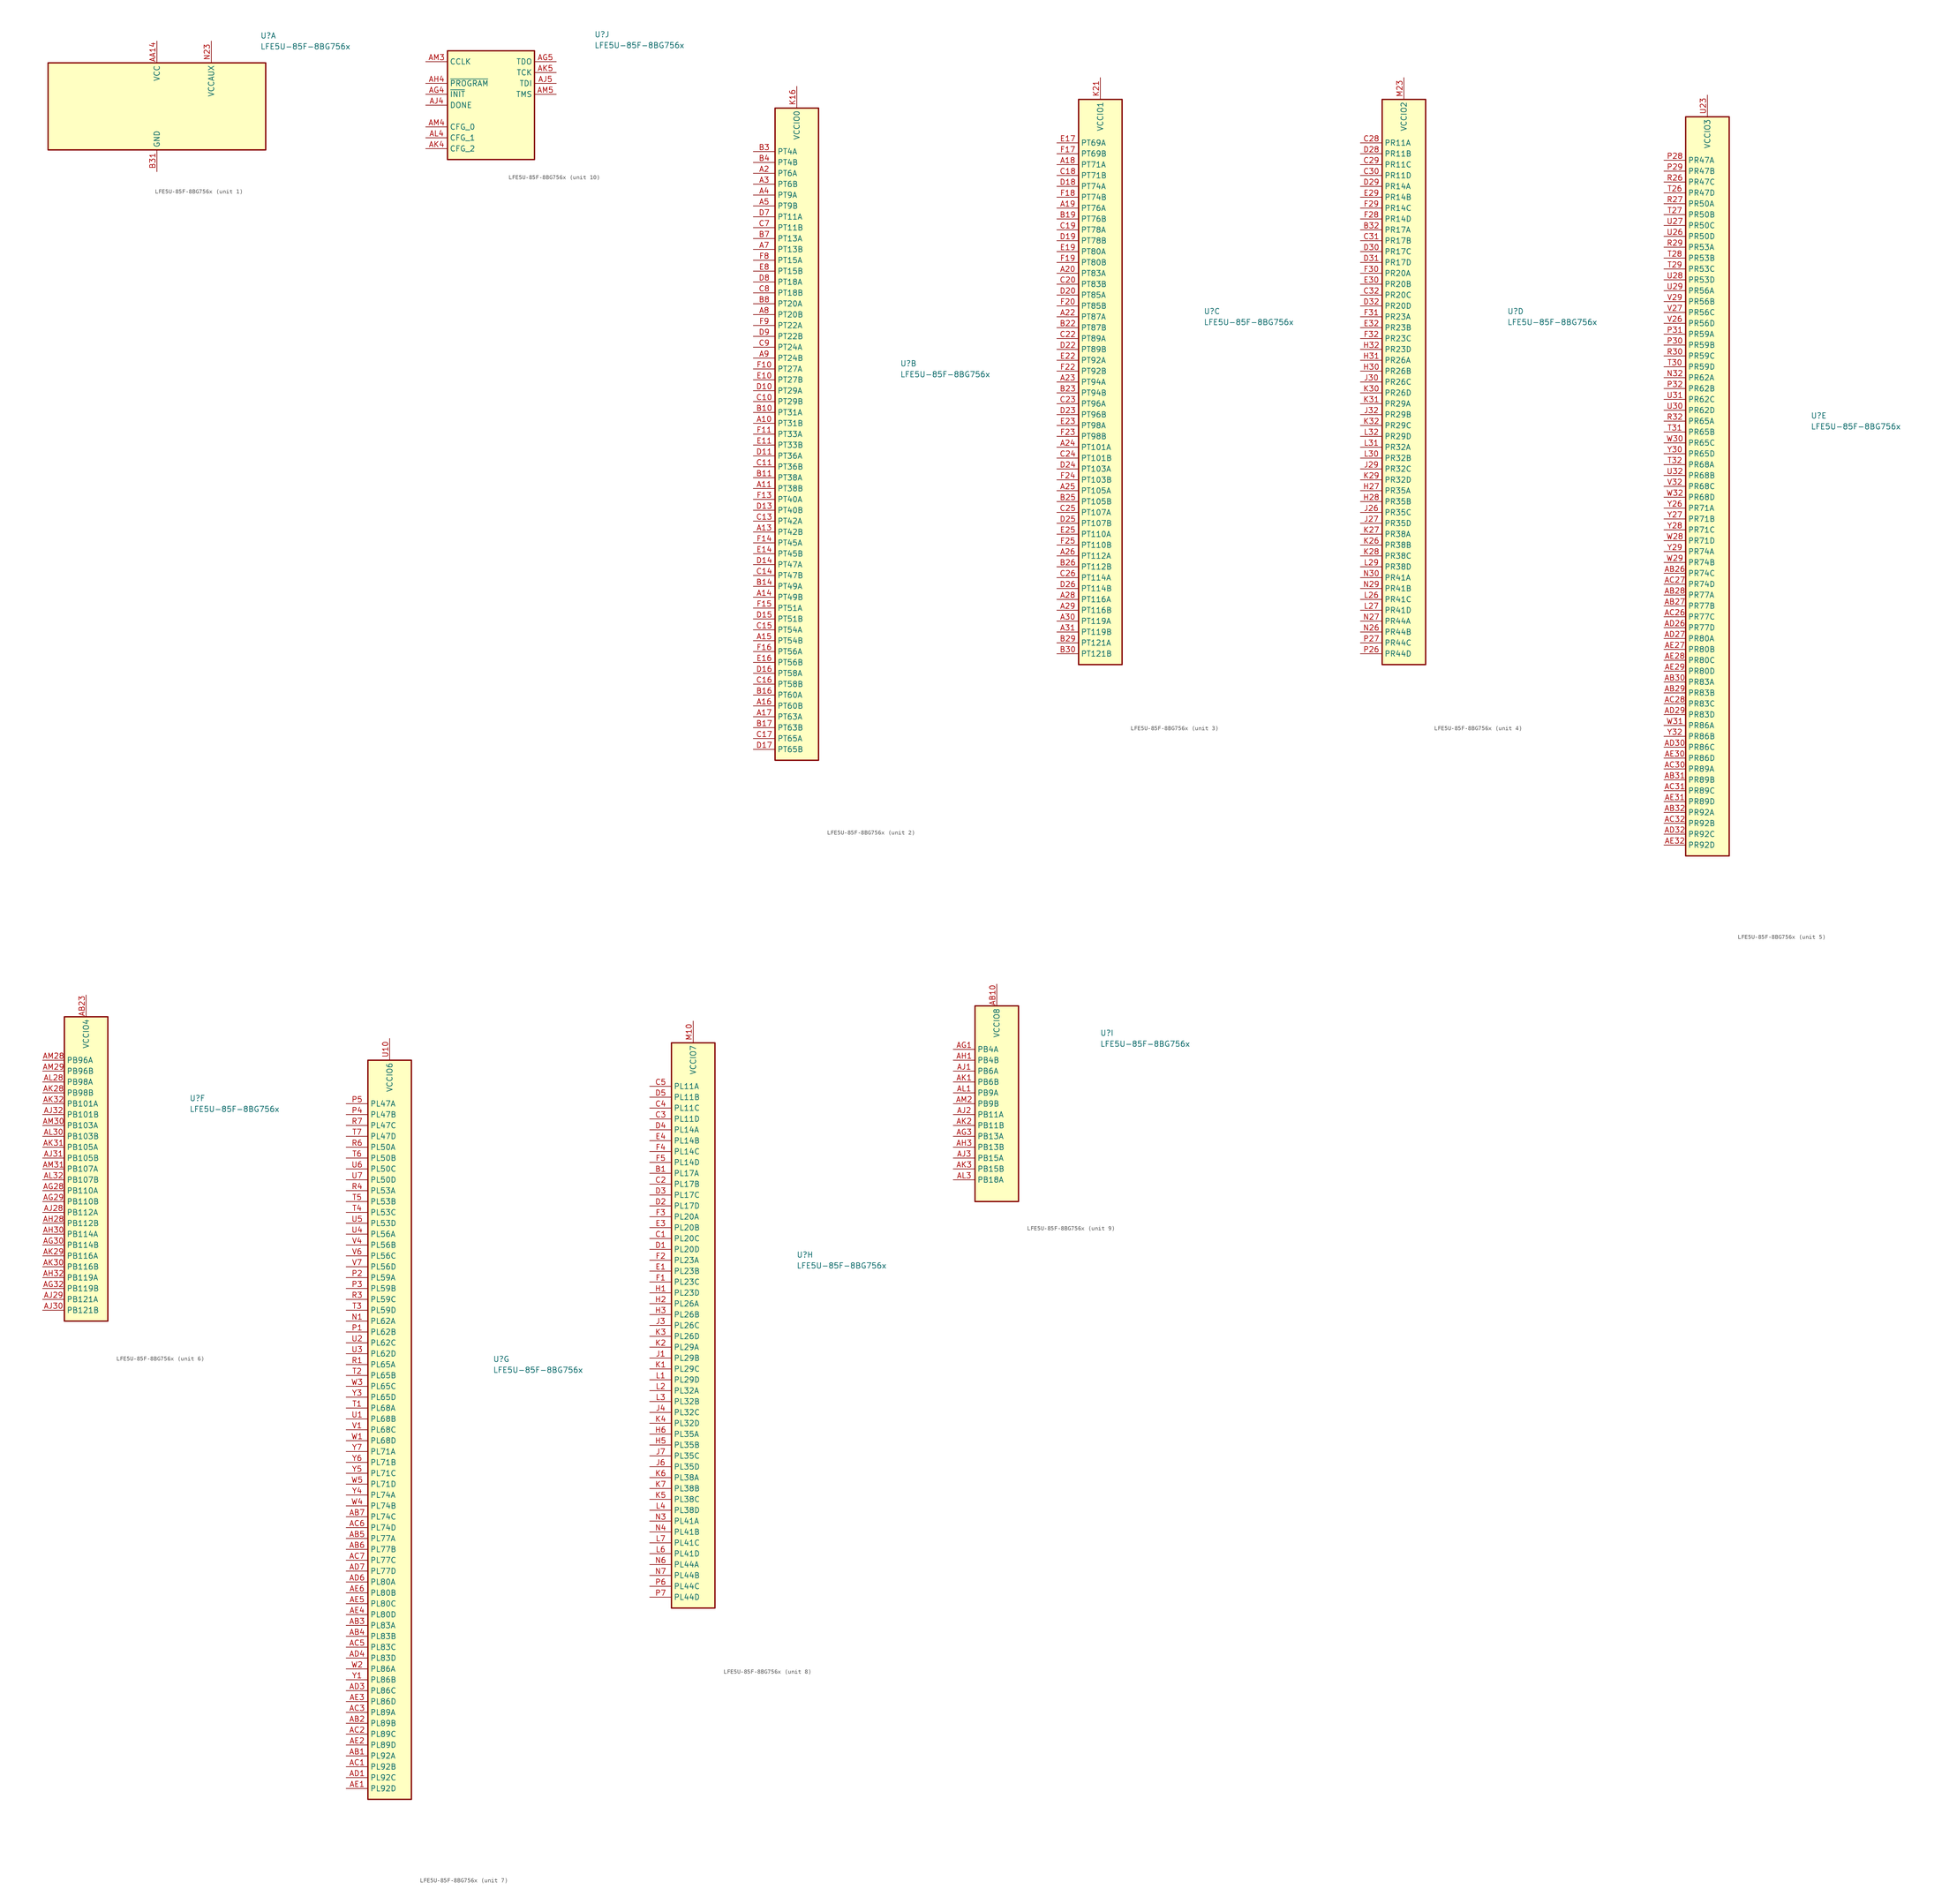
<source format=kicad_sym>
(kicad_symbol_lib
  (version 20200908)
  (generator kicad_symbol_editor)
  (symbol "FPGA_Lattice:LFE5U-85F-8BG756x"
    (property "Reference" "U"
      (at 24.13 16.51 0)
      (effects (font (size 1.27 1.27)) (justify left)))
    (property "Value" "LFE5U-85F-8BG756x"
      (at 24.13 13.97 0)
      (effects (font (size 1.27 1.27)) (justify left)))
    (property "ki_locked" ""
      (at 0 0 0)
      (effects (font (size 1.27 1.27))))
    (symbol "LFE5U-85F-8BG756x_1_1"
      (rectangle (start -25.4 10.16) (end 25.4 -10.16) (stroke (width 0.305)) (fill (type background)))
      (pin passive line (at 0 -15.24 90) (length 5.08) hide (name "GND" (effects (font (size 1.27 1.27)))) (number "AA11" (effects (font (size 1.27 1.27)))))
      (pin passive line (at 0 15.24 270) (length 5.08) hide (name "VCC" (effects (font (size 1.27 1.27)))) (number "AA12" (effects (font (size 1.27 1.27)))))
      (pin passive line (at 0 15.24 270) (length 5.08) hide (name "VCC" (effects (font (size 1.27 1.27)))) (number "AA13" (effects (font (size 1.27 1.27)))))
      (pin power_in line (at 0 15.24 270) (length 5.08) (name "VCC" (effects (font (size 1.27 1.27)))) (number "AA14" (effects (font (size 1.27 1.27)))))
      (pin passive line (at 0 15.24 270) (length 5.08) hide (name "VCC" (effects (font (size 1.27 1.27)))) (number "AA15" (effects (font (size 1.27 1.27)))))
      (pin passive line (at 0 15.24 270) (length 5.08) hide (name "VCC" (effects (font (size 1.27 1.27)))) (number "AA16" (effects (font (size 1.27 1.27)))))
      (pin passive line (at 0 15.24 270) (length 5.08) hide (name "VCC" (effects (font (size 1.27 1.27)))) (number "AA17" (effects (font (size 1.27 1.27)))))
      (pin passive line (at 0 15.24 270) (length 5.08) hide (name "VCC" (effects (font (size 1.27 1.27)))) (number "AA18" (effects (font (size 1.27 1.27)))))
      (pin passive line (at 0 15.24 270) (length 5.08) hide (name "VCC" (effects (font (size 1.27 1.27)))) (number "AA19" (effects (font (size 1.27 1.27)))))
      (pin passive line (at 0 15.24 270) (length 5.08) hide (name "VCC" (effects (font (size 1.27 1.27)))) (number "AA20" (effects (font (size 1.27 1.27)))))
      (pin passive line (at 0 15.24 270) (length 5.08) hide (name "VCC" (effects (font (size 1.27 1.27)))) (number "AA21" (effects (font (size 1.27 1.27)))))
      (pin passive line (at 0 -15.24 90) (length 5.08) hide (name "GND" (effects (font (size 1.27 1.27)))) (number "AA22" (effects (font (size 1.27 1.27)))))
      (pin passive line (at 0 -15.24 90) (length 5.08) hide (name "GND" (effects (font (size 1.27 1.27)))) (number "AB11" (effects (font (size 1.27 1.27)))))
      (pin passive line (at 0 -15.24 90) (length 5.08) hide (name "GND" (effects (font (size 1.27 1.27)))) (number "AB12" (effects (font (size 1.27 1.27)))))
      (pin passive line (at 0 -15.24 90) (length 5.08) hide (name "GND" (effects (font (size 1.27 1.27)))) (number "AB13" (effects (font (size 1.27 1.27)))))
      (pin passive line (at 0 -15.24 90) (length 5.08) hide (name "GND" (effects (font (size 1.27 1.27)))) (number "AB14" (effects (font (size 1.27 1.27)))))
      (pin passive line (at 0 -15.24 90) (length 5.08) hide (name "GND" (effects (font (size 1.27 1.27)))) (number "AB15" (effects (font (size 1.27 1.27)))))
      (pin passive line (at 0 -15.24 90) (length 5.08) hide (name "GND" (effects (font (size 1.27 1.27)))) (number "AB16" (effects (font (size 1.27 1.27)))))
      (pin passive line (at 0 -15.24 90) (length 5.08) hide (name "GND" (effects (font (size 1.27 1.27)))) (number "AB17" (effects (font (size 1.27 1.27)))))
      (pin passive line (at 0 -15.24 90) (length 5.08) hide (name "GND" (effects (font (size 1.27 1.27)))) (number "AB18" (effects (font (size 1.27 1.27)))))
      (pin passive line (at 0 -15.24 90) (length 5.08) hide (name "GND" (effects (font (size 1.27 1.27)))) (number "AB19" (effects (font (size 1.27 1.27)))))
      (pin passive line (at 0 -15.24 90) (length 5.08) hide (name "GND" (effects (font (size 1.27 1.27)))) (number "AB20" (effects (font (size 1.27 1.27)))))
      (pin passive line (at 0 -15.24 90) (length 5.08) hide (name "GND" (effects (font (size 1.27 1.27)))) (number "AB21" (effects (font (size 1.27 1.27)))))
      (pin passive line (at 0 -15.24 90) (length 5.08) hide (name "GND" (effects (font (size 1.27 1.27)))) (number "AB22" (effects (font (size 1.27 1.27)))))
      (pin passive line (at 12.7 15.24 270) (length 5.08) hide (name "VCCAUX" (effects (font (size 1.27 1.27)))) (number "AC11" (effects (font (size 1.27 1.27)))))
      (pin passive line (at 0 -15.24 90) (length 5.08) hide (name "GND" (effects (font (size 1.27 1.27)))) (number "AC12" (effects (font (size 1.27 1.27)))))
      (pin passive line (at 0 -15.24 90) (length 5.08) hide (name "GND" (effects (font (size 1.27 1.27)))) (number "AC13" (effects (font (size 1.27 1.27)))))
      (pin passive line (at 0 -15.24 90) (length 5.08) hide (name "GND" (effects (font (size 1.27 1.27)))) (number "AC14" (effects (font (size 1.27 1.27)))))
      (pin passive line (at 0 -15.24 90) (length 5.08) hide (name "GND" (effects (font (size 1.27 1.27)))) (number "AC15" (effects (font (size 1.27 1.27)))))
      (pin passive line (at 0 -15.24 90) (length 5.08) hide (name "GND" (effects (font (size 1.27 1.27)))) (number "AC16" (effects (font (size 1.27 1.27)))))
      (pin passive line (at 0 -15.24 90) (length 5.08) hide (name "GND" (effects (font (size 1.27 1.27)))) (number "AC17" (effects (font (size 1.27 1.27)))))
      (pin passive line (at 0 -15.24 90) (length 5.08) hide (name "GND" (effects (font (size 1.27 1.27)))) (number "AC18" (effects (font (size 1.27 1.27)))))
      (pin passive line (at 0 -15.24 90) (length 5.08) hide (name "GND" (effects (font (size 1.27 1.27)))) (number "AC19" (effects (font (size 1.27 1.27)))))
      (pin passive line (at 0 -15.24 90) (length 5.08) hide (name "GND" (effects (font (size 1.27 1.27)))) (number "AC20" (effects (font (size 1.27 1.27)))))
      (pin passive line (at 0 -15.24 90) (length 5.08) hide (name "GND" (effects (font (size 1.27 1.27)))) (number "AC21" (effects (font (size 1.27 1.27)))))
      (pin passive line (at 12.7 15.24 270) (length 5.08) hide (name "VCCAUX" (effects (font (size 1.27 1.27)))) (number "AC22" (effects (font (size 1.27 1.27)))))
      (pin unconnected line (at 5.08 -10.16 90) (length 5.08) hide (name "NC" (effects (font (size 1.27 1.27)))) (number "AC29" (effects (font (size 1.27 1.27)))))
      (pin passive line (at 0 -15.24 90) (length 5.08) hide (name "GND" (effects (font (size 1.27 1.27)))) (number "AD2" (effects (font (size 1.27 1.27)))))
      (pin passive line (at 0 -15.24 90) (length 5.08) hide (name "GND" (effects (font (size 1.27 1.27)))) (number "AD28" (effects (font (size 1.27 1.27)))))
      (pin passive line (at 0 -15.24 90) (length 5.08) hide (name "GND" (effects (font (size 1.27 1.27)))) (number "AD31" (effects (font (size 1.27 1.27)))))
      (pin passive line (at 0 -15.24 90) (length 5.08) hide (name "GND" (effects (font (size 1.27 1.27)))) (number "AD5" (effects (font (size 1.27 1.27)))))
      (pin unconnected line (at 22.86 -10.16 90) (length 5.08) hide (name "NC" (effects (font (size 1.27 1.27)))) (number "AE26" (effects (font (size 1.27 1.27)))))
      (pin unconnected line (at 22.86 10.16 270) (length 5.08) hide (name "NC" (effects (font (size 1.27 1.27)))) (number "AE7" (effects (font (size 1.27 1.27)))))
      (pin passive line (at 0 -15.24 90) (length 5.08) hide (name "GND" (effects (font (size 1.27 1.27)))) (number "AF11" (effects (font (size 1.27 1.27)))))
      (pin passive line (at 0 -15.24 90) (length 5.08) hide (name "GND" (effects (font (size 1.27 1.27)))) (number "AF12" (effects (font (size 1.27 1.27)))))
      (pin passive line (at 0 -15.24 90) (length 5.08) hide (name "GND" (effects (font (size 1.27 1.27)))) (number "AF14" (effects (font (size 1.27 1.27)))))
      (pin passive line (at 0 -15.24 90) (length 5.08) hide (name "GND" (effects (font (size 1.27 1.27)))) (number "AF15" (effects (font (size 1.27 1.27)))))
      (pin passive line (at 0 -15.24 90) (length 5.08) hide (name "GND" (effects (font (size 1.27 1.27)))) (number "AF16" (effects (font (size 1.27 1.27)))))
      (pin passive line (at 0 -15.24 90) (length 5.08) hide (name "GND" (effects (font (size 1.27 1.27)))) (number "AF17" (effects (font (size 1.27 1.27)))))
      (pin passive line (at 0 -15.24 90) (length 5.08) hide (name "GND" (effects (font (size 1.27 1.27)))) (number "AF19" (effects (font (size 1.27 1.27)))))
      (pin passive line (at 0 -15.24 90) (length 5.08) hide (name "GND" (effects (font (size 1.27 1.27)))) (number "AF20" (effects (font (size 1.27 1.27)))))
      (pin passive line (at 0 -15.24 90) (length 5.08) hide (name "GND" (effects (font (size 1.27 1.27)))) (number "AF22" (effects (font (size 1.27 1.27)))))
      (pin passive line (at 0 -15.24 90) (length 5.08) hide (name "GND" (effects (font (size 1.27 1.27)))) (number "AF23" (effects (font (size 1.27 1.27)))))
      (pin passive line (at 0 -15.24 90) (length 5.08) hide (name "GND" (effects (font (size 1.27 1.27)))) (number "AG11" (effects (font (size 1.27 1.27)))))
      (pin passive line (at 0 -15.24 90) (length 5.08) hide (name "GND" (effects (font (size 1.27 1.27)))) (number "AG12" (effects (font (size 1.27 1.27)))))
      (pin passive line (at 0 -15.24 90) (length 5.08) hide (name "GND" (effects (font (size 1.27 1.27)))) (number "AG14" (effects (font (size 1.27 1.27)))))
      (pin passive line (at 0 -15.24 90) (length 5.08) hide (name "GND" (effects (font (size 1.27 1.27)))) (number "AG15" (effects (font (size 1.27 1.27)))))
      (pin passive line (at 0 -15.24 90) (length 5.08) hide (name "GND" (effects (font (size 1.27 1.27)))) (number "AG16" (effects (font (size 1.27 1.27)))))
      (pin passive line (at 0 -15.24 90) (length 5.08) hide (name "GND" (effects (font (size 1.27 1.27)))) (number "AG17" (effects (font (size 1.27 1.27)))))
      (pin passive line (at 0 -15.24 90) (length 5.08) hide (name "GND" (effects (font (size 1.27 1.27)))) (number "AG19" (effects (font (size 1.27 1.27)))))
      (pin passive line (at 0 -15.24 90) (length 5.08) hide (name "GND" (effects (font (size 1.27 1.27)))) (number "AG20" (effects (font (size 1.27 1.27)))))
      (pin passive line (at 0 -15.24 90) (length 5.08) hide (name "GND" (effects (font (size 1.27 1.27)))) (number "AG22" (effects (font (size 1.27 1.27)))))
      (pin passive line (at 0 -15.24 90) (length 5.08) hide (name "GND" (effects (font (size 1.27 1.27)))) (number "AG23" (effects (font (size 1.27 1.27)))))
      (pin unconnected line (at -17.78 -10.16 90) (length 5.08) hide (name "NC" (effects (font (size 1.27 1.27)))) (number "AG24" (effects (font (size 1.27 1.27)))))
      (pin unconnected line (at 17.78 -10.16 90) (length 5.08) hide (name "NC" (effects (font (size 1.27 1.27)))) (number "AG31" (effects (font (size 1.27 1.27)))))
      (pin passive line (at 0 -15.24 90) (length 5.08) hide (name "GND" (effects (font (size 1.27 1.27)))) (number "AG9" (effects (font (size 1.27 1.27)))))
      (pin passive line (at 0 -15.24 90) (length 5.08) hide (name "GND" (effects (font (size 1.27 1.27)))) (number "AH11" (effects (font (size 1.27 1.27)))))
      (pin passive line (at 0 -15.24 90) (length 5.08) hide (name "GND" (effects (font (size 1.27 1.27)))) (number "AH12" (effects (font (size 1.27 1.27)))))
      (pin passive line (at 0 -15.24 90) (length 5.08) hide (name "GND" (effects (font (size 1.27 1.27)))) (number "AH14" (effects (font (size 1.27 1.27)))))
      (pin passive line (at 0 -15.24 90) (length 5.08) hide (name "GND" (effects (font (size 1.27 1.27)))) (number "AH15" (effects (font (size 1.27 1.27)))))
      (pin passive line (at 0 -15.24 90) (length 5.08) hide (name "GND" (effects (font (size 1.27 1.27)))) (number "AH16" (effects (font (size 1.27 1.27)))))
      (pin passive line (at 0 -15.24 90) (length 5.08) hide (name "GND" (effects (font (size 1.27 1.27)))) (number "AH17" (effects (font (size 1.27 1.27)))))
      (pin passive line (at 0 -15.24 90) (length 5.08) hide (name "GND" (effects (font (size 1.27 1.27)))) (number "AH19" (effects (font (size 1.27 1.27)))))
      (pin passive line (at 0 -15.24 90) (length 5.08) hide (name "GND" (effects (font (size 1.27 1.27)))) (number "AH2" (effects (font (size 1.27 1.27)))))
      (pin passive line (at 0 -15.24 90) (length 5.08) hide (name "GND" (effects (font (size 1.27 1.27)))) (number "AH20" (effects (font (size 1.27 1.27)))))
      (pin passive line (at 0 -15.24 90) (length 5.08) hide (name "GND" (effects (font (size 1.27 1.27)))) (number "AH22" (effects (font (size 1.27 1.27)))))
      (pin passive line (at 0 -15.24 90) (length 5.08) hide (name "GND" (effects (font (size 1.27 1.27)))) (number "AH23" (effects (font (size 1.27 1.27)))))
      (pin passive line (at 0 -15.24 90) (length 5.08) hide (name "GND" (effects (font (size 1.27 1.27)))) (number "AH24" (effects (font (size 1.27 1.27)))))
      (pin passive line (at 0 -15.24 90) (length 5.08) hide (name "GND" (effects (font (size 1.27 1.27)))) (number "AH25" (effects (font (size 1.27 1.27)))))
      (pin passive line (at 0 -15.24 90) (length 5.08) hide (name "GND" (effects (font (size 1.27 1.27)))) (number "AH26" (effects (font (size 1.27 1.27)))))
      (pin passive line (at 0 -15.24 90) (length 5.08) hide (name "GND" (effects (font (size 1.27 1.27)))) (number "AH29" (effects (font (size 1.27 1.27)))))
      (pin passive line (at 0 -15.24 90) (length 5.08) hide (name "GND" (effects (font (size 1.27 1.27)))) (number "AH31" (effects (font (size 1.27 1.27)))))
      (pin passive line (at 0 -15.24 90) (length 5.08) hide (name "GND" (effects (font (size 1.27 1.27)))) (number "AH5" (effects (font (size 1.27 1.27)))))
      (pin passive line (at 0 -15.24 90) (length 5.08) hide (name "GND" (effects (font (size 1.27 1.27)))) (number "AH7" (effects (font (size 1.27 1.27)))))
      (pin passive line (at 0 -15.24 90) (length 5.08) hide (name "GND" (effects (font (size 1.27 1.27)))) (number "AH8" (effects (font (size 1.27 1.27)))))
      (pin passive line (at 0 -15.24 90) (length 5.08) hide (name "GND" (effects (font (size 1.27 1.27)))) (number "AH9" (effects (font (size 1.27 1.27)))))
      (pin passive line (at 0 -15.24 90) (length 5.08) hide (name "GND" (effects (font (size 1.27 1.27)))) (number "AJ10" (effects (font (size 1.27 1.27)))))
      (pin passive line (at 0 -15.24 90) (length 5.08) hide (name "GND" (effects (font (size 1.27 1.27)))) (number "AJ11" (effects (font (size 1.27 1.27)))))
      (pin passive line (at 0 -15.24 90) (length 5.08) hide (name "GND" (effects (font (size 1.27 1.27)))) (number "AJ12" (effects (font (size 1.27 1.27)))))
      (pin passive line (at 0 -15.24 90) (length 5.08) hide (name "GND" (effects (font (size 1.27 1.27)))) (number "AJ13" (effects (font (size 1.27 1.27)))))
      (pin passive line (at 0 -15.24 90) (length 5.08) hide (name "GND" (effects (font (size 1.27 1.27)))) (number "AJ14" (effects (font (size 1.27 1.27)))))
      (pin passive line (at 0 -15.24 90) (length 5.08) hide (name "GND" (effects (font (size 1.27 1.27)))) (number "AJ15" (effects (font (size 1.27 1.27)))))
      (pin passive line (at 0 -15.24 90) (length 5.08) hide (name "GND" (effects (font (size 1.27 1.27)))) (number "AJ16" (effects (font (size 1.27 1.27)))))
      (pin passive line (at 0 -15.24 90) (length 5.08) hide (name "GND" (effects (font (size 1.27 1.27)))) (number "AJ17" (effects (font (size 1.27 1.27)))))
      (pin passive line (at 0 -15.24 90) (length 5.08) hide (name "GND" (effects (font (size 1.27 1.27)))) (number "AJ18" (effects (font (size 1.27 1.27)))))
      (pin passive line (at 0 -15.24 90) (length 5.08) hide (name "GND" (effects (font (size 1.27 1.27)))) (number "AJ19" (effects (font (size 1.27 1.27)))))
      (pin passive line (at 0 -15.24 90) (length 5.08) hide (name "GND" (effects (font (size 1.27 1.27)))) (number "AJ20" (effects (font (size 1.27 1.27)))))
      (pin passive line (at 0 -15.24 90) (length 5.08) hide (name "GND" (effects (font (size 1.27 1.27)))) (number "AJ21" (effects (font (size 1.27 1.27)))))
      (pin passive line (at 0 -15.24 90) (length 5.08) hide (name "GND" (effects (font (size 1.27 1.27)))) (number "AJ22" (effects (font (size 1.27 1.27)))))
      (pin passive line (at 0 -15.24 90) (length 5.08) hide (name "GND" (effects (font (size 1.27 1.27)))) (number "AJ23" (effects (font (size 1.27 1.27)))))
      (pin passive line (at 0 -15.24 90) (length 5.08) hide (name "GND" (effects (font (size 1.27 1.27)))) (number "AJ24" (effects (font (size 1.27 1.27)))))
      (pin passive line (at 0 -15.24 90) (length 5.08) hide (name "GND" (effects (font (size 1.27 1.27)))) (number "AJ25" (effects (font (size 1.27 1.27)))))
      (pin passive line (at 0 -15.24 90) (length 5.08) hide (name "GND" (effects (font (size 1.27 1.27)))) (number "AJ26" (effects (font (size 1.27 1.27)))))
      (pin passive line (at 0 -15.24 90) (length 5.08) hide (name "GND" (effects (font (size 1.27 1.27)))) (number "AJ7" (effects (font (size 1.27 1.27)))))
      (pin passive line (at 0 -15.24 90) (length 5.08) hide (name "GND" (effects (font (size 1.27 1.27)))) (number "AJ8" (effects (font (size 1.27 1.27)))))
      (pin passive line (at 0 -15.24 90) (length 5.08) hide (name "GND" (effects (font (size 1.27 1.27)))) (number "AJ9" (effects (font (size 1.27 1.27)))))
      (pin unconnected line (at -25.4 0 0) (length 5.08) hide (name "RESERVED" (effects (font (size 1.27 1.27)))) (number "AK10" (effects (font (size 1.27 1.27)))))
      (pin passive line (at 0 -15.24 90) (length 5.08) hide (name "GND" (effects (font (size 1.27 1.27)))) (number "AK11" (effects (font (size 1.27 1.27)))))
      (pin unconnected line (at -25.4 -2.54 0) (length 5.08) hide (name "RESERVED" (effects (font (size 1.27 1.27)))) (number "AK12" (effects (font (size 1.27 1.27)))))
      (pin unconnected line (at -25.4 -5.08 0) (length 5.08) hide (name "RESERVED" (effects (font (size 1.27 1.27)))) (number "AK13" (effects (font (size 1.27 1.27)))))
      (pin passive line (at 0 -15.24 90) (length 5.08) hide (name "GND" (effects (font (size 1.27 1.27)))) (number "AK14" (effects (font (size 1.27 1.27)))))
      (pin passive line (at 0 -15.24 90) (length 5.08) hide (name "GND" (effects (font (size 1.27 1.27)))) (number "AK17" (effects (font (size 1.27 1.27)))))
      (pin unconnected line (at 25.4 2.54 180) (length 5.08) hide (name "RESERVED" (effects (font (size 1.27 1.27)))) (number "AK18" (effects (font (size 1.27 1.27)))))
      (pin unconnected line (at 25.4 0 180) (length 5.08) hide (name "RESERVED" (effects (font (size 1.27 1.27)))) (number "AK19" (effects (font (size 1.27 1.27)))))
      (pin passive line (at 0 -15.24 90) (length 5.08) hide (name "GND" (effects (font (size 1.27 1.27)))) (number "AK20" (effects (font (size 1.27 1.27)))))
      (pin unconnected line (at 25.4 -2.54 180) (length 5.08) hide (name "RESERVED" (effects (font (size 1.27 1.27)))) (number "AK21" (effects (font (size 1.27 1.27)))))
      (pin unconnected line (at 25.4 -5.08 180) (length 5.08) hide (name "RESERVED" (effects (font (size 1.27 1.27)))) (number "AK22" (effects (font (size 1.27 1.27)))))
      (pin passive line (at 0 -15.24 90) (length 5.08) hide (name "GND" (effects (font (size 1.27 1.27)))) (number "AK23" (effects (font (size 1.27 1.27)))))
      (pin passive line (at 0 -15.24 90) (length 5.08) hide (name "GND" (effects (font (size 1.27 1.27)))) (number "AK26" (effects (font (size 1.27 1.27)))))
      (pin passive line (at 0 -15.24 90) (length 5.08) hide (name "GND" (effects (font (size 1.27 1.27)))) (number "AK7" (effects (font (size 1.27 1.27)))))
      (pin passive line (at 0 -15.24 90) (length 5.08) hide (name "GND" (effects (font (size 1.27 1.27)))) (number "AK8" (effects (font (size 1.27 1.27)))))
      (pin unconnected line (at -25.4 2.54 0) (length 5.08) hide (name "RESERVED" (effects (font (size 1.27 1.27)))) (number "AK9" (effects (font (size 1.27 1.27)))))
      (pin passive line (at 0 -15.24 90) (length 5.08) hide (name "GND" (effects (font (size 1.27 1.27)))) (number "AL11" (effects (font (size 1.27 1.27)))))
      (pin passive line (at 0 -15.24 90) (length 5.08) hide (name "GND" (effects (font (size 1.27 1.27)))) (number "AL12" (effects (font (size 1.27 1.27)))))
      (pin passive line (at 0 -15.24 90) (length 5.08) hide (name "GND" (effects (font (size 1.27 1.27)))) (number "AL14" (effects (font (size 1.27 1.27)))))
      (pin passive line (at 0 -15.24 90) (length 5.08) hide (name "GND" (effects (font (size 1.27 1.27)))) (number "AL15" (effects (font (size 1.27 1.27)))))
      (pin passive line (at 0 -15.24 90) (length 5.08) hide (name "GND" (effects (font (size 1.27 1.27)))) (number "AL17" (effects (font (size 1.27 1.27)))))
      (pin passive line (at 0 -15.24 90) (length 5.08) hide (name "GND" (effects (font (size 1.27 1.27)))) (number "AL18" (effects (font (size 1.27 1.27)))))
      (pin passive line (at 0 -15.24 90) (length 5.08) hide (name "GND" (effects (font (size 1.27 1.27)))) (number "AL2" (effects (font (size 1.27 1.27)))))
      (pin passive line (at 0 -15.24 90) (length 5.08) hide (name "GND" (effects (font (size 1.27 1.27)))) (number "AL20" (effects (font (size 1.27 1.27)))))
      (pin passive line (at 0 -15.24 90) (length 5.08) hide (name "GND" (effects (font (size 1.27 1.27)))) (number "AL21" (effects (font (size 1.27 1.27)))))
      (pin passive line (at 0 -15.24 90) (length 5.08) hide (name "GND" (effects (font (size 1.27 1.27)))) (number "AL23" (effects (font (size 1.27 1.27)))))
      (pin passive line (at 0 -15.24 90) (length 5.08) hide (name "GND" (effects (font (size 1.27 1.27)))) (number "AL24" (effects (font (size 1.27 1.27)))))
      (pin passive line (at 0 -15.24 90) (length 5.08) hide (name "GND" (effects (font (size 1.27 1.27)))) (number "AL26" (effects (font (size 1.27 1.27)))))
      (pin passive line (at 0 -15.24 90) (length 5.08) hide (name "GND" (effects (font (size 1.27 1.27)))) (number "AL29" (effects (font (size 1.27 1.27)))))
      (pin passive line (at 0 -15.24 90) (length 5.08) hide (name "GND" (effects (font (size 1.27 1.27)))) (number "AL31" (effects (font (size 1.27 1.27)))))
      (pin passive line (at 0 -15.24 90) (length 5.08) hide (name "GND" (effects (font (size 1.27 1.27)))) (number "AL5" (effects (font (size 1.27 1.27)))))
      (pin passive line (at 0 -15.24 90) (length 5.08) hide (name "GND" (effects (font (size 1.27 1.27)))) (number "AL7" (effects (font (size 1.27 1.27)))))
      (pin passive line (at 0 -15.24 90) (length 5.08) hide (name "GND" (effects (font (size 1.27 1.27)))) (number "AL8" (effects (font (size 1.27 1.27)))))
      (pin passive line (at 0 -15.24 90) (length 5.08) hide (name "GND" (effects (font (size 1.27 1.27)))) (number "AL9" (effects (font (size 1.27 1.27)))))
      (pin passive line (at 0 -15.24 90) (length 5.08) hide (name "GND" (effects (font (size 1.27 1.27)))) (number "AM11" (effects (font (size 1.27 1.27)))))
      (pin passive line (at 0 -15.24 90) (length 5.08) hide (name "GND" (effects (font (size 1.27 1.27)))) (number "AM12" (effects (font (size 1.27 1.27)))))
      (pin passive line (at 0 -15.24 90) (length 5.08) hide (name "GND" (effects (font (size 1.27 1.27)))) (number "AM14" (effects (font (size 1.27 1.27)))))
      (pin passive line (at 0 -15.24 90) (length 5.08) hide (name "GND" (effects (font (size 1.27 1.27)))) (number "AM15" (effects (font (size 1.27 1.27)))))
      (pin passive line (at 0 -15.24 90) (length 5.08) hide (name "GND" (effects (font (size 1.27 1.27)))) (number "AM17" (effects (font (size 1.27 1.27)))))
      (pin passive line (at 0 -15.24 90) (length 5.08) hide (name "GND" (effects (font (size 1.27 1.27)))) (number "AM18" (effects (font (size 1.27 1.27)))))
      (pin passive line (at 0 -15.24 90) (length 5.08) hide (name "GND" (effects (font (size 1.27 1.27)))) (number "AM20" (effects (font (size 1.27 1.27)))))
      (pin passive line (at 0 -15.24 90) (length 5.08) hide (name "GND" (effects (font (size 1.27 1.27)))) (number "AM21" (effects (font (size 1.27 1.27)))))
      (pin passive line (at 0 -15.24 90) (length 5.08) hide (name "GND" (effects (font (size 1.27 1.27)))) (number "AM23" (effects (font (size 1.27 1.27)))))
      (pin passive line (at 0 -15.24 90) (length 5.08) hide (name "GND" (effects (font (size 1.27 1.27)))) (number "AM24" (effects (font (size 1.27 1.27)))))
      (pin passive line (at 0 -15.24 90) (length 5.08) hide (name "GND" (effects (font (size 1.27 1.27)))) (number "AM26" (effects (font (size 1.27 1.27)))))
      (pin passive line (at 0 -15.24 90) (length 5.08) hide (name "GND" (effects (font (size 1.27 1.27)))) (number "AM7" (effects (font (size 1.27 1.27)))))
      (pin passive line (at 0 -15.24 90) (length 5.08) hide (name "GND" (effects (font (size 1.27 1.27)))) (number "AM8" (effects (font (size 1.27 1.27)))))
      (pin passive line (at 0 -15.24 90) (length 5.08) hide (name "GND" (effects (font (size 1.27 1.27)))) (number "AM9" (effects (font (size 1.27 1.27)))))
      (pin passive line (at 0 -15.24 90) (length 5.08) hide (name "GND" (effects (font (size 1.27 1.27)))) (number "B13" (effects (font (size 1.27 1.27)))))
      (pin passive line (at 0 -15.24 90) (length 5.08) hide (name "GND" (effects (font (size 1.27 1.27)))) (number "B15" (effects (font (size 1.27 1.27)))))
      (pin passive line (at 0 -15.24 90) (length 5.08) hide (name "GND" (effects (font (size 1.27 1.27)))) (number "B18" (effects (font (size 1.27 1.27)))))
      (pin passive line (at 0 -15.24 90) (length 5.08) hide (name "GND" (effects (font (size 1.27 1.27)))) (number "B2" (effects (font (size 1.27 1.27)))))
      (pin passive line (at 0 -15.24 90) (length 5.08) hide (name "GND" (effects (font (size 1.27 1.27)))) (number "B20" (effects (font (size 1.27 1.27)))))
      (pin passive line (at 0 -15.24 90) (length 5.08) hide (name "GND" (effects (font (size 1.27 1.27)))) (number "B24" (effects (font (size 1.27 1.27)))))
      (pin passive line (at 0 -15.24 90) (length 5.08) hide (name "GND" (effects (font (size 1.27 1.27)))) (number "B28" (effects (font (size 1.27 1.27)))))
      (pin power_in line (at 0 -15.24 90) (length 5.08) (name "GND" (effects (font (size 1.27 1.27)))) (number "B31" (effects (font (size 1.27 1.27)))))
      (pin passive line (at 0 -15.24 90) (length 5.08) hide (name "GND" (effects (font (size 1.27 1.27)))) (number "B5" (effects (font (size 1.27 1.27)))))
      (pin passive line (at 0 -15.24 90) (length 5.08) hide (name "GND" (effects (font (size 1.27 1.27)))) (number "B9" (effects (font (size 1.27 1.27)))))
      (pin passive line (at 0 -15.24 90) (length 5.08) hide (name "GND" (effects (font (size 1.27 1.27)))) (number "E13" (effects (font (size 1.27 1.27)))))
      (pin passive line (at 0 -15.24 90) (length 5.08) hide (name "GND" (effects (font (size 1.27 1.27)))) (number "E15" (effects (font (size 1.27 1.27)))))
      (pin passive line (at 0 -15.24 90) (length 5.08) hide (name "GND" (effects (font (size 1.27 1.27)))) (number "E18" (effects (font (size 1.27 1.27)))))
      (pin passive line (at 0 -15.24 90) (length 5.08) hide (name "GND" (effects (font (size 1.27 1.27)))) (number "E2" (effects (font (size 1.27 1.27)))))
      (pin passive line (at 0 -15.24 90) (length 5.08) hide (name "GND" (effects (font (size 1.27 1.27)))) (number "E20" (effects (font (size 1.27 1.27)))))
      (pin passive line (at 0 -15.24 90) (length 5.08) hide (name "GND" (effects (font (size 1.27 1.27)))) (number "E24" (effects (font (size 1.27 1.27)))))
      (pin unconnected line (at 15.24 10.16 270) (length 5.08) hide (name "NC" (effects (font (size 1.27 1.27)))) (number "E26" (effects (font (size 1.27 1.27)))))
      (pin passive line (at 0 -15.24 90) (length 5.08) hide (name "GND" (effects (font (size 1.27 1.27)))) (number "E28" (effects (font (size 1.27 1.27)))))
      (pin passive line (at 0 -15.24 90) (length 5.08) hide (name "GND" (effects (font (size 1.27 1.27)))) (number "E31" (effects (font (size 1.27 1.27)))))
      (pin passive line (at 0 -15.24 90) (length 5.08) hide (name "GND" (effects (font (size 1.27 1.27)))) (number "E5" (effects (font (size 1.27 1.27)))))
      (pin unconnected line (at 2.54 10.16 270) (length 5.08) hide (name "NC" (effects (font (size 1.27 1.27)))) (number "E7" (effects (font (size 1.27 1.27)))))
      (pin passive line (at 0 -15.24 90) (length 5.08) hide (name "GND" (effects (font (size 1.27 1.27)))) (number "E9" (effects (font (size 1.27 1.27)))))
      (pin unconnected line (at 20.32 -10.16 90) (length 5.08) hide (name "NC" (effects (font (size 1.27 1.27)))) (number "G10" (effects (font (size 1.27 1.27)))))
      (pin unconnected line (at 2.54 -10.16 90) (length 5.08) hide (name "NC" (effects (font (size 1.27 1.27)))) (number "G11" (effects (font (size 1.27 1.27)))))
      (pin unconnected line (at -20.32 -10.16 90) (length 5.08) hide (name "NC" (effects (font (size 1.27 1.27)))) (number "G14" (effects (font (size 1.27 1.27)))))
      (pin unconnected line (at -22.86 -10.16 90) (length 5.08) hide (name "NC" (effects (font (size 1.27 1.27)))) (number "G15" (effects (font (size 1.27 1.27)))))
      (pin unconnected line (at -2.54 -10.16 90) (length 5.08) hide (name "NC" (effects (font (size 1.27 1.27)))) (number "G16" (effects (font (size 1.27 1.27)))))
      (pin unconnected line (at -5.08 -10.16 90) (length 5.08) hide (name "NC" (effects (font (size 1.27 1.27)))) (number "G17" (effects (font (size 1.27 1.27)))))
      (pin unconnected line (at -7.62 -10.16 90) (length 5.08) hide (name "NC" (effects (font (size 1.27 1.27)))) (number "G18" (effects (font (size 1.27 1.27)))))
      (pin unconnected line (at -10.16 -10.16 90) (length 5.08) hide (name "NC" (effects (font (size 1.27 1.27)))) (number "G19" (effects (font (size 1.27 1.27)))))
      (pin unconnected line (at -12.7 -10.16 90) (length 5.08) hide (name "NC" (effects (font (size 1.27 1.27)))) (number "G22" (effects (font (size 1.27 1.27)))))
      (pin unconnected line (at -15.24 -10.16 90) (length 5.08) hide (name "NC" (effects (font (size 1.27 1.27)))) (number "G23" (effects (font (size 1.27 1.27)))))
      (pin unconnected line (at 10.16 10.16 270) (length 5.08) hide (name "NC" (effects (font (size 1.27 1.27)))) (number "G24" (effects (font (size 1.27 1.27)))))
      (pin unconnected line (at -2.54 10.16 270) (length 5.08) hide (name "NC" (effects (font (size 1.27 1.27)))) (number "G9" (effects (font (size 1.27 1.27)))))
      (pin unconnected line (at 12.7 -10.16 90) (length 5.08) hide (name "NC" (effects (font (size 1.27 1.27)))) (number "H29" (effects (font (size 1.27 1.27)))))
      (pin passive line (at 0 -15.24 90) (length 5.08) hide (name "GND" (effects (font (size 1.27 1.27)))) (number "J2" (effects (font (size 1.27 1.27)))))
      (pin passive line (at 0 -15.24 90) (length 5.08) hide (name "GND" (effects (font (size 1.27 1.27)))) (number "J28" (effects (font (size 1.27 1.27)))))
      (pin passive line (at 0 -15.24 90) (length 5.08) hide (name "GND" (effects (font (size 1.27 1.27)))) (number "J31" (effects (font (size 1.27 1.27)))))
      (pin passive line (at 0 -15.24 90) (length 5.08) hide (name "GND" (effects (font (size 1.27 1.27)))) (number "J5" (effects (font (size 1.27 1.27)))))
      (pin passive line (at 0 -15.24 90) (length 5.08) hide (name "GND" (effects (font (size 1.27 1.27)))) (number "K10" (effects (font (size 1.27 1.27)))))
      (pin passive line (at 0 -15.24 90) (length 5.08) hide (name "GND" (effects (font (size 1.27 1.27)))) (number "K11" (effects (font (size 1.27 1.27)))))
      (pin passive line (at 12.7 15.24 270) (length 5.08) hide (name "VCCAUX" (effects (font (size 1.27 1.27)))) (number "K13" (effects (font (size 1.27 1.27)))))
      (pin passive line (at 12.7 15.24 270) (length 5.08) hide (name "VCCAUX" (effects (font (size 1.27 1.27)))) (number "K20" (effects (font (size 1.27 1.27)))))
      (pin passive line (at 0 -15.24 90) (length 5.08) hide (name "GND" (effects (font (size 1.27 1.27)))) (number "K22" (effects (font (size 1.27 1.27)))))
      (pin passive line (at 0 -15.24 90) (length 5.08) hide (name "GND" (effects (font (size 1.27 1.27)))) (number "K23" (effects (font (size 1.27 1.27)))))
      (pin passive line (at 0 -15.24 90) (length 5.08) hide (name "GND" (effects (font (size 1.27 1.27)))) (number "L10" (effects (font (size 1.27 1.27)))))
      (pin passive line (at 0 -15.24 90) (length 5.08) hide (name "GND" (effects (font (size 1.27 1.27)))) (number "L11" (effects (font (size 1.27 1.27)))))
      (pin passive line (at 0 -15.24 90) (length 5.08) hide (name "GND" (effects (font (size 1.27 1.27)))) (number "L12" (effects (font (size 1.27 1.27)))))
      (pin passive line (at 0 -15.24 90) (length 5.08) hide (name "GND" (effects (font (size 1.27 1.27)))) (number "L13" (effects (font (size 1.27 1.27)))))
      (pin passive line (at 0 -15.24 90) (length 5.08) hide (name "GND" (effects (font (size 1.27 1.27)))) (number "L14" (effects (font (size 1.27 1.27)))))
      (pin passive line (at 0 -15.24 90) (length 5.08) hide (name "GND" (effects (font (size 1.27 1.27)))) (number "L15" (effects (font (size 1.27 1.27)))))
      (pin passive line (at 0 -15.24 90) (length 5.08) hide (name "GND" (effects (font (size 1.27 1.27)))) (number "L16" (effects (font (size 1.27 1.27)))))
      (pin passive line (at 0 -15.24 90) (length 5.08) hide (name "GND" (effects (font (size 1.27 1.27)))) (number "L17" (effects (font (size 1.27 1.27)))))
      (pin passive line (at 0 -15.24 90) (length 5.08) hide (name "GND" (effects (font (size 1.27 1.27)))) (number "L18" (effects (font (size 1.27 1.27)))))
      (pin passive line (at 0 -15.24 90) (length 5.08) hide (name "GND" (effects (font (size 1.27 1.27)))) (number "L19" (effects (font (size 1.27 1.27)))))
      (pin passive line (at 0 -15.24 90) (length 5.08) hide (name "GND" (effects (font (size 1.27 1.27)))) (number "L20" (effects (font (size 1.27 1.27)))))
      (pin passive line (at 0 -15.24 90) (length 5.08) hide (name "GND" (effects (font (size 1.27 1.27)))) (number "L21" (effects (font (size 1.27 1.27)))))
      (pin passive line (at 0 -15.24 90) (length 5.08) hide (name "GND" (effects (font (size 1.27 1.27)))) (number "L22" (effects (font (size 1.27 1.27)))))
      (pin passive line (at 0 -15.24 90) (length 5.08) hide (name "GND" (effects (font (size 1.27 1.27)))) (number "L23" (effects (font (size 1.27 1.27)))))
      (pin unconnected line (at 7.62 -10.16 90) (length 5.08) hide (name "NC" (effects (font (size 1.27 1.27)))) (number "L28" (effects (font (size 1.27 1.27)))))
      (pin passive line (at 0 -15.24 90) (length 5.08) hide (name "GND" (effects (font (size 1.27 1.27)))) (number "M11" (effects (font (size 1.27 1.27)))))
      (pin passive line (at 0 15.24 270) (length 5.08) hide (name "VCC" (effects (font (size 1.27 1.27)))) (number "M12" (effects (font (size 1.27 1.27)))))
      (pin passive line (at 0 15.24 270) (length 5.08) hide (name "VCC" (effects (font (size 1.27 1.27)))) (number "M13" (effects (font (size 1.27 1.27)))))
      (pin passive line (at 0 15.24 270) (length 5.08) hide (name "VCC" (effects (font (size 1.27 1.27)))) (number "M14" (effects (font (size 1.27 1.27)))))
      (pin passive line (at 0 15.24 270) (length 5.08) hide (name "VCC" (effects (font (size 1.27 1.27)))) (number "M15" (effects (font (size 1.27 1.27)))))
      (pin passive line (at 0 15.24 270) (length 5.08) hide (name "VCC" (effects (font (size 1.27 1.27)))) (number "M16" (effects (font (size 1.27 1.27)))))
      (pin passive line (at 0 15.24 270) (length 5.08) hide (name "VCC" (effects (font (size 1.27 1.27)))) (number "M17" (effects (font (size 1.27 1.27)))))
      (pin passive line (at 0 15.24 270) (length 5.08) hide (name "VCC" (effects (font (size 1.27 1.27)))) (number "M18" (effects (font (size 1.27 1.27)))))
      (pin passive line (at 0 15.24 270) (length 5.08) hide (name "VCC" (effects (font (size 1.27 1.27)))) (number "M19" (effects (font (size 1.27 1.27)))))
      (pin passive line (at 0 15.24 270) (length 5.08) hide (name "VCC" (effects (font (size 1.27 1.27)))) (number "M20" (effects (font (size 1.27 1.27)))))
      (pin passive line (at 0 15.24 270) (length 5.08) hide (name "VCC" (effects (font (size 1.27 1.27)))) (number "M21" (effects (font (size 1.27 1.27)))))
      (pin passive line (at 0 -15.24 90) (length 5.08) hide (name "GND" (effects (font (size 1.27 1.27)))) (number "M22" (effects (font (size 1.27 1.27)))))
      (pin passive line (at 12.7 15.24 270) (length 5.08) hide (name "VCCAUX" (effects (font (size 1.27 1.27)))) (number "N10" (effects (font (size 1.27 1.27)))))
      (pin passive line (at 0 -15.24 90) (length 5.08) hide (name "GND" (effects (font (size 1.27 1.27)))) (number "N11" (effects (font (size 1.27 1.27)))))
      (pin passive line (at 0 15.24 270) (length 5.08) hide (name "VCC" (effects (font (size 1.27 1.27)))) (number "N12" (effects (font (size 1.27 1.27)))))
      (pin passive line (at 0 -15.24 90) (length 5.08) hide (name "GND" (effects (font (size 1.27 1.27)))) (number "N13" (effects (font (size 1.27 1.27)))))
      (pin passive line (at 0 -15.24 90) (length 5.08) hide (name "GND" (effects (font (size 1.27 1.27)))) (number "N14" (effects (font (size 1.27 1.27)))))
      (pin passive line (at 0 -15.24 90) (length 5.08) hide (name "GND" (effects (font (size 1.27 1.27)))) (number "N15" (effects (font (size 1.27 1.27)))))
      (pin passive line (at 0 -15.24 90) (length 5.08) hide (name "GND" (effects (font (size 1.27 1.27)))) (number "N16" (effects (font (size 1.27 1.27)))))
      (pin passive line (at 0 -15.24 90) (length 5.08) hide (name "GND" (effects (font (size 1.27 1.27)))) (number "N17" (effects (font (size 1.27 1.27)))))
      (pin passive line (at 0 -15.24 90) (length 5.08) hide (name "GND" (effects (font (size 1.27 1.27)))) (number "N18" (effects (font (size 1.27 1.27)))))
      (pin passive line (at 0 -15.24 90) (length 5.08) hide (name "GND" (effects (font (size 1.27 1.27)))) (number "N19" (effects (font (size 1.27 1.27)))))
      (pin passive line (at 0 -15.24 90) (length 5.08) hide (name "GND" (effects (font (size 1.27 1.27)))) (number "N2" (effects (font (size 1.27 1.27)))))
      (pin passive line (at 0 -15.24 90) (length 5.08) hide (name "GND" (effects (font (size 1.27 1.27)))) (number "N20" (effects (font (size 1.27 1.27)))))
      (pin passive line (at 0 15.24 270) (length 5.08) hide (name "VCC" (effects (font (size 1.27 1.27)))) (number "N21" (effects (font (size 1.27 1.27)))))
      (pin passive line (at 0 -15.24 90) (length 5.08) hide (name "GND" (effects (font (size 1.27 1.27)))) (number "N22" (effects (font (size 1.27 1.27)))))
      (pin power_in line (at 12.7 15.24 270) (length 5.08) (name "VCCAUX" (effects (font (size 1.27 1.27)))) (number "N23" (effects (font (size 1.27 1.27)))))
      (pin passive line (at 0 -15.24 90) (length 5.08) hide (name "GND" (effects (font (size 1.27 1.27)))) (number "N28" (effects (font (size 1.27 1.27)))))
      (pin passive line (at 0 -15.24 90) (length 5.08) hide (name "GND" (effects (font (size 1.27 1.27)))) (number "N31" (effects (font (size 1.27 1.27)))))
      (pin passive line (at 0 -15.24 90) (length 5.08) hide (name "GND" (effects (font (size 1.27 1.27)))) (number "N5" (effects (font (size 1.27 1.27)))))
      (pin passive line (at 0 -15.24 90) (length 5.08) hide (name "GND" (effects (font (size 1.27 1.27)))) (number "P11" (effects (font (size 1.27 1.27)))))
      (pin passive line (at 0 15.24 270) (length 5.08) hide (name "VCC" (effects (font (size 1.27 1.27)))) (number "P12" (effects (font (size 1.27 1.27)))))
      (pin passive line (at 0 -15.24 90) (length 5.08) hide (name "GND" (effects (font (size 1.27 1.27)))) (number "P13" (effects (font (size 1.27 1.27)))))
      (pin passive line (at 0 -15.24 90) (length 5.08) hide (name "GND" (effects (font (size 1.27 1.27)))) (number "P14" (effects (font (size 1.27 1.27)))))
      (pin passive line (at 0 -15.24 90) (length 5.08) hide (name "GND" (effects (font (size 1.27 1.27)))) (number "P15" (effects (font (size 1.27 1.27)))))
      (pin passive line (at 0 -15.24 90) (length 5.08) hide (name "GND" (effects (font (size 1.27 1.27)))) (number "P16" (effects (font (size 1.27 1.27)))))
      (pin passive line (at 0 -15.24 90) (length 5.08) hide (name "GND" (effects (font (size 1.27 1.27)))) (number "P17" (effects (font (size 1.27 1.27)))))
      (pin passive line (at 0 -15.24 90) (length 5.08) hide (name "GND" (effects (font (size 1.27 1.27)))) (number "P18" (effects (font (size 1.27 1.27)))))
      (pin passive line (at 0 -15.24 90) (length 5.08) hide (name "GND" (effects (font (size 1.27 1.27)))) (number "P19" (effects (font (size 1.27 1.27)))))
      (pin passive line (at 0 -15.24 90) (length 5.08) hide (name "GND" (effects (font (size 1.27 1.27)))) (number "P20" (effects (font (size 1.27 1.27)))))
      (pin passive line (at 0 15.24 270) (length 5.08) hide (name "VCC" (effects (font (size 1.27 1.27)))) (number "P21" (effects (font (size 1.27 1.27)))))
      (pin passive line (at 0 -15.24 90) (length 5.08) hide (name "GND" (effects (font (size 1.27 1.27)))) (number "P22" (effects (font (size 1.27 1.27)))))
      (pin passive line (at 0 -15.24 90) (length 5.08) hide (name "GND" (effects (font (size 1.27 1.27)))) (number "R11" (effects (font (size 1.27 1.27)))))
      (pin passive line (at 0 15.24 270) (length 5.08) hide (name "VCC" (effects (font (size 1.27 1.27)))) (number "R12" (effects (font (size 1.27 1.27)))))
      (pin passive line (at 0 -15.24 90) (length 5.08) hide (name "GND" (effects (font (size 1.27 1.27)))) (number "R13" (effects (font (size 1.27 1.27)))))
      (pin passive line (at 0 -15.24 90) (length 5.08) hide (name "GND" (effects (font (size 1.27 1.27)))) (number "R14" (effects (font (size 1.27 1.27)))))
      (pin passive line (at 0 -15.24 90) (length 5.08) hide (name "GND" (effects (font (size 1.27 1.27)))) (number "R15" (effects (font (size 1.27 1.27)))))
      (pin passive line (at 0 -15.24 90) (length 5.08) hide (name "GND" (effects (font (size 1.27 1.27)))) (number "R16" (effects (font (size 1.27 1.27)))))
      (pin passive line (at 0 -15.24 90) (length 5.08) hide (name "GND" (effects (font (size 1.27 1.27)))) (number "R17" (effects (font (size 1.27 1.27)))))
      (pin passive line (at 0 -15.24 90) (length 5.08) hide (name "GND" (effects (font (size 1.27 1.27)))) (number "R18" (effects (font (size 1.27 1.27)))))
      (pin passive line (at 0 -15.24 90) (length 5.08) hide (name "GND" (effects (font (size 1.27 1.27)))) (number "R19" (effects (font (size 1.27 1.27)))))
      (pin passive line (at 0 -15.24 90) (length 5.08) hide (name "GND" (effects (font (size 1.27 1.27)))) (number "R2" (effects (font (size 1.27 1.27)))))
      (pin passive line (at 0 -15.24 90) (length 5.08) hide (name "GND" (effects (font (size 1.27 1.27)))) (number "R20" (effects (font (size 1.27 1.27)))))
      (pin passive line (at 0 15.24 270) (length 5.08) hide (name "VCC" (effects (font (size 1.27 1.27)))) (number "R21" (effects (font (size 1.27 1.27)))))
      (pin passive line (at 0 -15.24 90) (length 5.08) hide (name "GND" (effects (font (size 1.27 1.27)))) (number "R22" (effects (font (size 1.27 1.27)))))
      (pin passive line (at 0 -15.24 90) (length 5.08) hide (name "GND" (effects (font (size 1.27 1.27)))) (number "R28" (effects (font (size 1.27 1.27)))))
      (pin passive line (at 0 -15.24 90) (length 5.08) hide (name "GND" (effects (font (size 1.27 1.27)))) (number "R31" (effects (font (size 1.27 1.27)))))
      (pin passive line (at 0 -15.24 90) (length 5.08) hide (name "GND" (effects (font (size 1.27 1.27)))) (number "R5" (effects (font (size 1.27 1.27)))))
      (pin passive line (at 0 -15.24 90) (length 5.08) hide (name "GND" (effects (font (size 1.27 1.27)))) (number "T11" (effects (font (size 1.27 1.27)))))
      (pin passive line (at 0 15.24 270) (length 5.08) hide (name "VCC" (effects (font (size 1.27 1.27)))) (number "T12" (effects (font (size 1.27 1.27)))))
      (pin passive line (at 0 -15.24 90) (length 5.08) hide (name "GND" (effects (font (size 1.27 1.27)))) (number "T13" (effects (font (size 1.27 1.27)))))
      (pin passive line (at 0 -15.24 90) (length 5.08) hide (name "GND" (effects (font (size 1.27 1.27)))) (number "T14" (effects (font (size 1.27 1.27)))))
      (pin passive line (at 0 -15.24 90) (length 5.08) hide (name "GND" (effects (font (size 1.27 1.27)))) (number "T15" (effects (font (size 1.27 1.27)))))
      (pin passive line (at 0 -15.24 90) (length 5.08) hide (name "GND" (effects (font (size 1.27 1.27)))) (number "T16" (effects (font (size 1.27 1.27)))))
      (pin passive line (at 0 -15.24 90) (length 5.08) hide (name "GND" (effects (font (size 1.27 1.27)))) (number "T17" (effects (font (size 1.27 1.27)))))
      (pin passive line (at 0 -15.24 90) (length 5.08) hide (name "GND" (effects (font (size 1.27 1.27)))) (number "T18" (effects (font (size 1.27 1.27)))))
      (pin passive line (at 0 -15.24 90) (length 5.08) hide (name "GND" (effects (font (size 1.27 1.27)))) (number "T19" (effects (font (size 1.27 1.27)))))
      (pin passive line (at 0 -15.24 90) (length 5.08) hide (name "GND" (effects (font (size 1.27 1.27)))) (number "T20" (effects (font (size 1.27 1.27)))))
      (pin passive line (at 0 15.24 270) (length 5.08) hide (name "VCC" (effects (font (size 1.27 1.27)))) (number "T21" (effects (font (size 1.27 1.27)))))
      (pin passive line (at 0 -15.24 90) (length 5.08) hide (name "GND" (effects (font (size 1.27 1.27)))) (number "T22" (effects (font (size 1.27 1.27)))))
      (pin passive line (at 0 -15.24 90) (length 5.08) hide (name "GND" (effects (font (size 1.27 1.27)))) (number "U11" (effects (font (size 1.27 1.27)))))
      (pin passive line (at 0 15.24 270) (length 5.08) hide (name "VCC" (effects (font (size 1.27 1.27)))) (number "U12" (effects (font (size 1.27 1.27)))))
      (pin passive line (at 0 -15.24 90) (length 5.08) hide (name "GND" (effects (font (size 1.27 1.27)))) (number "U13" (effects (font (size 1.27 1.27)))))
      (pin passive line (at 0 -15.24 90) (length 5.08) hide (name "GND" (effects (font (size 1.27 1.27)))) (number "U14" (effects (font (size 1.27 1.27)))))
      (pin passive line (at 0 -15.24 90) (length 5.08) hide (name "GND" (effects (font (size 1.27 1.27)))) (number "U15" (effects (font (size 1.27 1.27)))))
      (pin passive line (at 0 -15.24 90) (length 5.08) hide (name "GND" (effects (font (size 1.27 1.27)))) (number "U16" (effects (font (size 1.27 1.27)))))
      (pin passive line (at 0 -15.24 90) (length 5.08) hide (name "GND" (effects (font (size 1.27 1.27)))) (number "U17" (effects (font (size 1.27 1.27)))))
      (pin passive line (at 0 -15.24 90) (length 5.08) hide (name "GND" (effects (font (size 1.27 1.27)))) (number "U18" (effects (font (size 1.27 1.27)))))
      (pin passive line (at 0 -15.24 90) (length 5.08) hide (name "GND" (effects (font (size 1.27 1.27)))) (number "U19" (effects (font (size 1.27 1.27)))))
      (pin passive line (at 0 -15.24 90) (length 5.08) hide (name "GND" (effects (font (size 1.27 1.27)))) (number "U20" (effects (font (size 1.27 1.27)))))
      (pin passive line (at 0 15.24 270) (length 5.08) hide (name "VCC" (effects (font (size 1.27 1.27)))) (number "U21" (effects (font (size 1.27 1.27)))))
      (pin passive line (at 0 -15.24 90) (length 5.08) hide (name "GND" (effects (font (size 1.27 1.27)))) (number "U22" (effects (font (size 1.27 1.27)))))
      (pin passive line (at 0 -15.24 90) (length 5.08) hide (name "GND" (effects (font (size 1.27 1.27)))) (number "V11" (effects (font (size 1.27 1.27)))))
      (pin passive line (at 0 15.24 270) (length 5.08) hide (name "VCC" (effects (font (size 1.27 1.27)))) (number "V12" (effects (font (size 1.27 1.27)))))
      (pin passive line (at 0 -15.24 90) (length 5.08) hide (name "GND" (effects (font (size 1.27 1.27)))) (number "V13" (effects (font (size 1.27 1.27)))))
      (pin passive line (at 0 -15.24 90) (length 5.08) hide (name "GND" (effects (font (size 1.27 1.27)))) (number "V14" (effects (font (size 1.27 1.27)))))
      (pin passive line (at 0 -15.24 90) (length 5.08) hide (name "GND" (effects (font (size 1.27 1.27)))) (number "V15" (effects (font (size 1.27 1.27)))))
      (pin passive line (at 0 -15.24 90) (length 5.08) hide (name "GND" (effects (font (size 1.27 1.27)))) (number "V16" (effects (font (size 1.27 1.27)))))
      (pin passive line (at 0 -15.24 90) (length 5.08) hide (name "GND" (effects (font (size 1.27 1.27)))) (number "V17" (effects (font (size 1.27 1.27)))))
      (pin passive line (at 0 -15.24 90) (length 5.08) hide (name "GND" (effects (font (size 1.27 1.27)))) (number "V18" (effects (font (size 1.27 1.27)))))
      (pin passive line (at 0 -15.24 90) (length 5.08) hide (name "GND" (effects (font (size 1.27 1.27)))) (number "V19" (effects (font (size 1.27 1.27)))))
      (pin passive line (at 0 -15.24 90) (length 5.08) hide (name "GND" (effects (font (size 1.27 1.27)))) (number "V2" (effects (font (size 1.27 1.27)))))
      (pin passive line (at 0 -15.24 90) (length 5.08) hide (name "GND" (effects (font (size 1.27 1.27)))) (number "V20" (effects (font (size 1.27 1.27)))))
      (pin passive line (at 0 15.24 270) (length 5.08) hide (name "VCC" (effects (font (size 1.27 1.27)))) (number "V21" (effects (font (size 1.27 1.27)))))
      (pin passive line (at 0 -15.24 90) (length 5.08) hide (name "GND" (effects (font (size 1.27 1.27)))) (number "V22" (effects (font (size 1.27 1.27)))))
      (pin passive line (at 0 -15.24 90) (length 5.08) hide (name "GND" (effects (font (size 1.27 1.27)))) (number "V28" (effects (font (size 1.27 1.27)))))
      (pin unconnected line (at 15.24 -10.16 90) (length 5.08) hide (name "NC" (effects (font (size 1.27 1.27)))) (number "V30" (effects (font (size 1.27 1.27)))))
      (pin passive line (at 0 -15.24 90) (length 5.08) hide (name "GND" (effects (font (size 1.27 1.27)))) (number "V31" (effects (font (size 1.27 1.27)))))
      (pin passive line (at 0 -15.24 90) (length 5.08) hide (name "GND" (effects (font (size 1.27 1.27)))) (number "V5" (effects (font (size 1.27 1.27)))))
      (pin passive line (at 0 -15.24 90) (length 5.08) hide (name "GND" (effects (font (size 1.27 1.27)))) (number "W11" (effects (font (size 1.27 1.27)))))
      (pin passive line (at 0 15.24 270) (length 5.08) hide (name "VCC" (effects (font (size 1.27 1.27)))) (number "W12" (effects (font (size 1.27 1.27)))))
      (pin passive line (at 0 -15.24 90) (length 5.08) hide (name "GND" (effects (font (size 1.27 1.27)))) (number "W13" (effects (font (size 1.27 1.27)))))
      (pin passive line (at 0 -15.24 90) (length 5.08) hide (name "GND" (effects (font (size 1.27 1.27)))) (number "W14" (effects (font (size 1.27 1.27)))))
      (pin passive line (at 0 -15.24 90) (length 5.08) hide (name "GND" (effects (font (size 1.27 1.27)))) (number "W15" (effects (font (size 1.27 1.27)))))
      (pin passive line (at 0 -15.24 90) (length 5.08) hide (name "GND" (effects (font (size 1.27 1.27)))) (number "W16" (effects (font (size 1.27 1.27)))))
      (pin passive line (at 0 -15.24 90) (length 5.08) hide (name "GND" (effects (font (size 1.27 1.27)))) (number "W17" (effects (font (size 1.27 1.27)))))
      (pin passive line (at 0 -15.24 90) (length 5.08) hide (name "GND" (effects (font (size 1.27 1.27)))) (number "W18" (effects (font (size 1.27 1.27)))))
      (pin passive line (at 0 -15.24 90) (length 5.08) hide (name "GND" (effects (font (size 1.27 1.27)))) (number "W19" (effects (font (size 1.27 1.27)))))
      (pin passive line (at 0 -15.24 90) (length 5.08) hide (name "GND" (effects (font (size 1.27 1.27)))) (number "W20" (effects (font (size 1.27 1.27)))))
      (pin passive line (at 0 15.24 270) (length 5.08) hide (name "VCC" (effects (font (size 1.27 1.27)))) (number "W21" (effects (font (size 1.27 1.27)))))
      (pin passive line (at 0 -15.24 90) (length 5.08) hide (name "GND" (effects (font (size 1.27 1.27)))) (number "W22" (effects (font (size 1.27 1.27)))))
      (pin unconnected line (at 10.16 -10.16 90) (length 5.08) hide (name "NC" (effects (font (size 1.27 1.27)))) (number "W27" (effects (font (size 1.27 1.27)))))
      (pin passive line (at 12.7 15.24 270) (length 5.08) hide (name "VCCAUX" (effects (font (size 1.27 1.27)))) (number "Y10" (effects (font (size 1.27 1.27)))))
      (pin passive line (at 0 -15.24 90) (length 5.08) hide (name "GND" (effects (font (size 1.27 1.27)))) (number "Y11" (effects (font (size 1.27 1.27)))))
      (pin passive line (at 0 15.24 270) (length 5.08) hide (name "VCC" (effects (font (size 1.27 1.27)))) (number "Y12" (effects (font (size 1.27 1.27)))))
      (pin passive line (at 0 -15.24 90) (length 5.08) hide (name "GND" (effects (font (size 1.27 1.27)))) (number "Y13" (effects (font (size 1.27 1.27)))))
      (pin passive line (at 0 -15.24 90) (length 5.08) hide (name "GND" (effects (font (size 1.27 1.27)))) (number "Y14" (effects (font (size 1.27 1.27)))))
      (pin passive line (at 0 -15.24 90) (length 5.08) hide (name "GND" (effects (font (size 1.27 1.27)))) (number "Y15" (effects (font (size 1.27 1.27)))))
      (pin passive line (at 0 -15.24 90) (length 5.08) hide (name "GND" (effects (font (size 1.27 1.27)))) (number "Y16" (effects (font (size 1.27 1.27)))))
      (pin passive line (at 0 -15.24 90) (length 5.08) hide (name "GND" (effects (font (size 1.27 1.27)))) (number "Y17" (effects (font (size 1.27 1.27)))))
      (pin passive line (at 0 -15.24 90) (length 5.08) hide (name "GND" (effects (font (size 1.27 1.27)))) (number "Y18" (effects (font (size 1.27 1.27)))))
      (pin passive line (at 0 -15.24 90) (length 5.08) hide (name "GND" (effects (font (size 1.27 1.27)))) (number "Y19" (effects (font (size 1.27 1.27)))))
      (pin passive line (at 0 -15.24 90) (length 5.08) hide (name "GND" (effects (font (size 1.27 1.27)))) (number "Y2" (effects (font (size 1.27 1.27)))))
      (pin passive line (at 0 -15.24 90) (length 5.08) hide (name "GND" (effects (font (size 1.27 1.27)))) (number "Y20" (effects (font (size 1.27 1.27)))))
      (pin passive line (at 0 15.24 270) (length 5.08) hide (name "VCC" (effects (font (size 1.27 1.27)))) (number "Y21" (effects (font (size 1.27 1.27)))))
      (pin passive line (at 0 -15.24 90) (length 5.08) hide (name "GND" (effects (font (size 1.27 1.27)))) (number "Y22" (effects (font (size 1.27 1.27)))))
      (pin passive line (at 12.7 15.24 270) (length 5.08) hide (name "VCCAUX" (effects (font (size 1.27 1.27)))) (number "Y23" (effects (font (size 1.27 1.27)))))
      (pin passive line (at 0 -15.24 90) (length 5.08) hide (name "GND" (effects (font (size 1.27 1.27)))) (number "Y31" (effects (font (size 1.27 1.27))))))
    (symbol "LFE5U-85F-8BG756x_2_1"
      (rectangle (start -5.08 76.2) (end 5.08 -76.2) (stroke (width 0.305)) (fill (type background)))
      (pin bidirectional line (at -10.16 2.54 0) (length 5.08) (name "PT31B" (effects (font (size 1.27 1.27)))) (number "A10" (effects (font (size 1.27 1.27)))))
      (pin bidirectional line (at -10.16 -12.7 0) (length 5.08) (name "PT38B" (effects (font (size 1.27 1.27)))) (number "A11" (effects (font (size 1.27 1.27)))))
      (pin bidirectional line (at -10.16 -22.86 0) (length 5.08) (name "PT42B" (effects (font (size 1.27 1.27)))) (number "A13" (effects (font (size 1.27 1.27)))))
      (pin bidirectional line (at -10.16 -38.1 0) (length 5.08) (name "PT49B" (effects (font (size 1.27 1.27)))) (number "A14" (effects (font (size 1.27 1.27)))))
      (pin bidirectional line (at -10.16 -48.26 0) (length 5.08) (name "PT54B" (effects (font (size 1.27 1.27)))) (number "A15" (effects (font (size 1.27 1.27)))))
      (pin bidirectional line (at -10.16 -63.5 0) (length 5.08) (name "PT60B" (effects (font (size 1.27 1.27)))) (number "A16" (effects (font (size 1.27 1.27)))))
      (pin bidirectional line (at -10.16 -66.04 0) (length 5.08) (name "PT63A" (effects (font (size 1.27 1.27)))) (number "A17" (effects (font (size 1.27 1.27)))))
      (pin bidirectional line (at -10.16 60.96 0) (length 5.08) (name "PT6A" (effects (font (size 1.27 1.27)))) (number "A2" (effects (font (size 1.27 1.27)))))
      (pin bidirectional line (at -10.16 58.42 0) (length 5.08) (name "PT6B" (effects (font (size 1.27 1.27)))) (number "A3" (effects (font (size 1.27 1.27)))))
      (pin bidirectional line (at -10.16 55.88 0) (length 5.08) (name "PT9A" (effects (font (size 1.27 1.27)))) (number "A4" (effects (font (size 1.27 1.27)))))
      (pin bidirectional line (at -10.16 53.34 0) (length 5.08) (name "PT9B" (effects (font (size 1.27 1.27)))) (number "A5" (effects (font (size 1.27 1.27)))))
      (pin bidirectional line (at -10.16 43.18 0) (length 5.08) (name "PT13B" (effects (font (size 1.27 1.27)))) (number "A7" (effects (font (size 1.27 1.27)))))
      (pin bidirectional line (at -10.16 27.94 0) (length 5.08) (name "PT20B" (effects (font (size 1.27 1.27)))) (number "A8" (effects (font (size 1.27 1.27)))))
      (pin bidirectional line (at -10.16 17.78 0) (length 5.08) (name "PT24B" (effects (font (size 1.27 1.27)))) (number "A9" (effects (font (size 1.27 1.27)))))
      (pin bidirectional line (at -10.16 5.08 0) (length 5.08) (name "PT31A" (effects (font (size 1.27 1.27)))) (number "B10" (effects (font (size 1.27 1.27)))))
      (pin bidirectional line (at -10.16 -10.16 0) (length 5.08) (name "PT38A" (effects (font (size 1.27 1.27)))) (number "B11" (effects (font (size 1.27 1.27)))))
      (pin bidirectional line (at -10.16 -35.56 0) (length 5.08) (name "PT49A" (effects (font (size 1.27 1.27)))) (number "B14" (effects (font (size 1.27 1.27)))))
      (pin bidirectional line (at -10.16 -60.96 0) (length 5.08) (name "PT60A" (effects (font (size 1.27 1.27)))) (number "B16" (effects (font (size 1.27 1.27)))))
      (pin bidirectional line (at -10.16 -68.58 0) (length 5.08) (name "PT63B" (effects (font (size 1.27 1.27)))) (number "B17" (effects (font (size 1.27 1.27)))))
      (pin bidirectional line (at -10.16 66.04 0) (length 5.08) (name "PT4A" (effects (font (size 1.27 1.27)))) (number "B3" (effects (font (size 1.27 1.27)))))
      (pin bidirectional line (at -10.16 63.5 0) (length 5.08) (name "PT4B" (effects (font (size 1.27 1.27)))) (number "B4" (effects (font (size 1.27 1.27)))))
      (pin bidirectional line (at -10.16 45.72 0) (length 5.08) (name "PT13A" (effects (font (size 1.27 1.27)))) (number "B7" (effects (font (size 1.27 1.27)))))
      (pin bidirectional line (at -10.16 30.48 0) (length 5.08) (name "PT20A" (effects (font (size 1.27 1.27)))) (number "B8" (effects (font (size 1.27 1.27)))))
      (pin bidirectional line (at -10.16 7.62 0) (length 5.08) (name "PT29B" (effects (font (size 1.27 1.27)))) (number "C10" (effects (font (size 1.27 1.27)))))
      (pin bidirectional line (at -10.16 -7.62 0) (length 5.08) (name "PT36B" (effects (font (size 1.27 1.27)))) (number "C11" (effects (font (size 1.27 1.27)))))
      (pin bidirectional line (at -10.16 -20.32 0) (length 5.08) (name "PT42A" (effects (font (size 1.27 1.27)))) (number "C13" (effects (font (size 1.27 1.27)))))
      (pin bidirectional line (at -10.16 -33.02 0) (length 5.08) (name "PT47B" (effects (font (size 1.27 1.27)))) (number "C14" (effects (font (size 1.27 1.27)))))
      (pin bidirectional line (at -10.16 -45.72 0) (length 5.08) (name "PT54A" (effects (font (size 1.27 1.27)))) (number "C15" (effects (font (size 1.27 1.27)))))
      (pin bidirectional line (at -10.16 -58.42 0) (length 5.08) (name "PT58B" (effects (font (size 1.27 1.27)))) (number "C16" (effects (font (size 1.27 1.27)))))
      (pin bidirectional line (at -10.16 -71.12 0) (length 5.08) (name "PT65A" (effects (font (size 1.27 1.27)))) (number "C17" (effects (font (size 1.27 1.27)))))
      (pin bidirectional line (at -10.16 48.26 0) (length 5.08) (name "PT11B" (effects (font (size 1.27 1.27)))) (number "C7" (effects (font (size 1.27 1.27)))))
      (pin bidirectional line (at -10.16 33.02 0) (length 5.08) (name "PT18B" (effects (font (size 1.27 1.27)))) (number "C8" (effects (font (size 1.27 1.27)))))
      (pin bidirectional line (at -10.16 20.32 0) (length 5.08) (name "PT24A" (effects (font (size 1.27 1.27)))) (number "C9" (effects (font (size 1.27 1.27)))))
      (pin bidirectional line (at -10.16 10.16 0) (length 5.08) (name "PT29A" (effects (font (size 1.27 1.27)))) (number "D10" (effects (font (size 1.27 1.27)))))
      (pin bidirectional line (at -10.16 -5.08 0) (length 5.08) (name "PT36A" (effects (font (size 1.27 1.27)))) (number "D11" (effects (font (size 1.27 1.27)))))
      (pin bidirectional line (at -10.16 -17.78 0) (length 5.08) (name "PT40B" (effects (font (size 1.27 1.27)))) (number "D13" (effects (font (size 1.27 1.27)))))
      (pin bidirectional line (at -10.16 -30.48 0) (length 5.08) (name "PT47A" (effects (font (size 1.27 1.27)))) (number "D14" (effects (font (size 1.27 1.27)))))
      (pin bidirectional line (at -10.16 -43.18 0) (length 5.08) (name "PT51B" (effects (font (size 1.27 1.27)))) (number "D15" (effects (font (size 1.27 1.27)))))
      (pin bidirectional line (at -10.16 -55.88 0) (length 5.08) (name "PT58A" (effects (font (size 1.27 1.27)))) (number "D16" (effects (font (size 1.27 1.27)))))
      (pin bidirectional line (at -10.16 -73.66 0) (length 5.08) (name "PT65B" (effects (font (size 1.27 1.27)))) (number "D17" (effects (font (size 1.27 1.27)))))
      (pin bidirectional line (at -10.16 50.8 0) (length 5.08) (name "PT11A" (effects (font (size 1.27 1.27)))) (number "D7" (effects (font (size 1.27 1.27)))))
      (pin bidirectional line (at -10.16 35.56 0) (length 5.08) (name "PT18A" (effects (font (size 1.27 1.27)))) (number "D8" (effects (font (size 1.27 1.27)))))
      (pin bidirectional line (at -10.16 22.86 0) (length 5.08) (name "PT22B" (effects (font (size 1.27 1.27)))) (number "D9" (effects (font (size 1.27 1.27)))))
      (pin bidirectional line (at -10.16 12.7 0) (length 5.08) (name "PT27B" (effects (font (size 1.27 1.27)))) (number "E10" (effects (font (size 1.27 1.27)))))
      (pin bidirectional line (at -10.16 -2.54 0) (length 5.08) (name "PT33B" (effects (font (size 1.27 1.27)))) (number "E11" (effects (font (size 1.27 1.27)))))
      (pin bidirectional line (at -10.16 -27.94 0) (length 5.08) (name "PT45B" (effects (font (size 1.27 1.27)))) (number "E14" (effects (font (size 1.27 1.27)))))
      (pin bidirectional line (at -10.16 -53.34 0) (length 5.08) (name "PT56B" (effects (font (size 1.27 1.27)))) (number "E16" (effects (font (size 1.27 1.27)))))
      (pin bidirectional line (at -10.16 38.1 0) (length 5.08) (name "PT15B" (effects (font (size 1.27 1.27)))) (number "E8" (effects (font (size 1.27 1.27)))))
      (pin bidirectional line (at -10.16 15.24 0) (length 5.08) (name "PT27A" (effects (font (size 1.27 1.27)))) (number "F10" (effects (font (size 1.27 1.27)))))
      (pin bidirectional line (at -10.16 0 0) (length 5.08) (name "PT33A" (effects (font (size 1.27 1.27)))) (number "F11" (effects (font (size 1.27 1.27)))))
      (pin bidirectional line (at -10.16 -15.24 0) (length 5.08) (name "PT40A" (effects (font (size 1.27 1.27)))) (number "F13" (effects (font (size 1.27 1.27)))))
      (pin bidirectional line (at -10.16 -25.4 0) (length 5.08) (name "PT45A" (effects (font (size 1.27 1.27)))) (number "F14" (effects (font (size 1.27 1.27)))))
      (pin bidirectional line (at -10.16 -40.64 0) (length 5.08) (name "PT51A" (effects (font (size 1.27 1.27)))) (number "F15" (effects (font (size 1.27 1.27)))))
      (pin bidirectional line (at -10.16 -50.8 0) (length 5.08) (name "PT56A" (effects (font (size 1.27 1.27)))) (number "F16" (effects (font (size 1.27 1.27)))))
      (pin bidirectional line (at -10.16 40.64 0) (length 5.08) (name "PT15A" (effects (font (size 1.27 1.27)))) (number "F8" (effects (font (size 1.27 1.27)))))
      (pin bidirectional line (at -10.16 25.4 0) (length 5.08) (name "PT22A" (effects (font (size 1.27 1.27)))) (number "F9" (effects (font (size 1.27 1.27)))))
      (pin passive line (at 0 81.28 270) (length 5.08) hide (name "VCCIO0" (effects (font (size 1.27 1.27)))) (number "K12" (effects (font (size 1.27 1.27)))))
      (pin passive line (at 0 81.28 270) (length 5.08) hide (name "VCCIO0" (effects (font (size 1.27 1.27)))) (number "K14" (effects (font (size 1.27 1.27)))))
      (pin passive line (at 0 81.28 270) (length 5.08) hide (name "VCCIO0" (effects (font (size 1.27 1.27)))) (number "K15" (effects (font (size 1.27 1.27)))))
      (pin power_in line (at 0 81.28 270) (length 5.08) (name "VCCIO0" (effects (font (size 1.27 1.27)))) (number "K16" (effects (font (size 1.27 1.27)))))
      (pin unconnected line (at 2.54 76.2 270) (length 5.08) hide (name "NC" (effects (font (size 1.27 1.27)))) (number "W6" (effects (font (size 1.27 1.27))))))
    (symbol "LFE5U-85F-8BG756x_3_1"
      (rectangle (start -5.08 66.04) (end 5.08 -66.04) (stroke (width 0.305)) (fill (type background)))
      (pin bidirectional line (at -10.16 50.8 0) (length 5.08) (name "PT71A" (effects (font (size 1.27 1.27)))) (number "A18" (effects (font (size 1.27 1.27)))))
      (pin bidirectional line (at -10.16 40.64 0) (length 5.08) (name "PT76A" (effects (font (size 1.27 1.27)))) (number "A19" (effects (font (size 1.27 1.27)))))
      (pin bidirectional line (at -10.16 25.4 0) (length 5.08) (name "PT83A" (effects (font (size 1.27 1.27)))) (number "A20" (effects (font (size 1.27 1.27)))))
      (pin bidirectional line (at -10.16 15.24 0) (length 5.08) (name "PT87A" (effects (font (size 1.27 1.27)))) (number "A22" (effects (font (size 1.27 1.27)))))
      (pin bidirectional line (at -10.16 0 0) (length 5.08) (name "PT94A" (effects (font (size 1.27 1.27)))) (number "A23" (effects (font (size 1.27 1.27)))))
      (pin bidirectional line (at -10.16 -15.24 0) (length 5.08) (name "PT101A" (effects (font (size 1.27 1.27)))) (number "A24" (effects (font (size 1.27 1.27)))))
      (pin bidirectional line (at -10.16 -25.4 0) (length 5.08) (name "PT105A" (effects (font (size 1.27 1.27)))) (number "A25" (effects (font (size 1.27 1.27)))))
      (pin bidirectional line (at -10.16 -40.64 0) (length 5.08) (name "PT112A" (effects (font (size 1.27 1.27)))) (number "A26" (effects (font (size 1.27 1.27)))))
      (pin bidirectional line (at -10.16 -50.8 0) (length 5.08) (name "PT116A" (effects (font (size 1.27 1.27)))) (number "A28" (effects (font (size 1.27 1.27)))))
      (pin bidirectional line (at -10.16 -53.34 0) (length 5.08) (name "PT116B" (effects (font (size 1.27 1.27)))) (number "A29" (effects (font (size 1.27 1.27)))))
      (pin bidirectional line (at -10.16 -55.88 0) (length 5.08) (name "PT119A" (effects (font (size 1.27 1.27)))) (number "A30" (effects (font (size 1.27 1.27)))))
      (pin bidirectional line (at -10.16 -58.42 0) (length 5.08) (name "PT119B" (effects (font (size 1.27 1.27)))) (number "A31" (effects (font (size 1.27 1.27)))))
      (pin bidirectional line (at -10.16 38.1 0) (length 5.08) (name "PT76B" (effects (font (size 1.27 1.27)))) (number "B19" (effects (font (size 1.27 1.27)))))
      (pin bidirectional line (at -10.16 12.7 0) (length 5.08) (name "PT87B" (effects (font (size 1.27 1.27)))) (number "B22" (effects (font (size 1.27 1.27)))))
      (pin bidirectional line (at -10.16 -2.54 0) (length 5.08) (name "PT94B" (effects (font (size 1.27 1.27)))) (number "B23" (effects (font (size 1.27 1.27)))))
      (pin bidirectional line (at -10.16 -27.94 0) (length 5.08) (name "PT105B" (effects (font (size 1.27 1.27)))) (number "B25" (effects (font (size 1.27 1.27)))))
      (pin bidirectional line (at -10.16 -43.18 0) (length 5.08) (name "PT112B" (effects (font (size 1.27 1.27)))) (number "B26" (effects (font (size 1.27 1.27)))))
      (pin bidirectional line (at -10.16 -60.96 0) (length 5.08) (name "PT121A" (effects (font (size 1.27 1.27)))) (number "B29" (effects (font (size 1.27 1.27)))))
      (pin bidirectional line (at -10.16 -63.5 0) (length 5.08) (name "PT121B" (effects (font (size 1.27 1.27)))) (number "B30" (effects (font (size 1.27 1.27)))))
      (pin bidirectional line (at -10.16 48.26 0) (length 5.08) (name "PT71B" (effects (font (size 1.27 1.27)))) (number "C18" (effects (font (size 1.27 1.27)))))
      (pin bidirectional line (at -10.16 35.56 0) (length 5.08) (name "PT78A" (effects (font (size 1.27 1.27)))) (number "C19" (effects (font (size 1.27 1.27)))))
      (pin bidirectional line (at -10.16 22.86 0) (length 5.08) (name "PT83B" (effects (font (size 1.27 1.27)))) (number "C20" (effects (font (size 1.27 1.27)))))
      (pin bidirectional line (at -10.16 10.16 0) (length 5.08) (name "PT89A" (effects (font (size 1.27 1.27)))) (number "C22" (effects (font (size 1.27 1.27)))))
      (pin bidirectional line (at -10.16 -5.08 0) (length 5.08) (name "PT96A" (effects (font (size 1.27 1.27)))) (number "C23" (effects (font (size 1.27 1.27)))))
      (pin bidirectional line (at -10.16 -17.78 0) (length 5.08) (name "PT101B" (effects (font (size 1.27 1.27)))) (number "C24" (effects (font (size 1.27 1.27)))))
      (pin bidirectional line (at -10.16 -30.48 0) (length 5.08) (name "PT107A" (effects (font (size 1.27 1.27)))) (number "C25" (effects (font (size 1.27 1.27)))))
      (pin bidirectional line (at -10.16 -45.72 0) (length 5.08) (name "PT114A" (effects (font (size 1.27 1.27)))) (number "C26" (effects (font (size 1.27 1.27)))))
      (pin bidirectional line (at -10.16 45.72 0) (length 5.08) (name "PT74A" (effects (font (size 1.27 1.27)))) (number "D18" (effects (font (size 1.27 1.27)))))
      (pin bidirectional line (at -10.16 33.02 0) (length 5.08) (name "PT78B" (effects (font (size 1.27 1.27)))) (number "D19" (effects (font (size 1.27 1.27)))))
      (pin bidirectional line (at -10.16 20.32 0) (length 5.08) (name "PT85A" (effects (font (size 1.27 1.27)))) (number "D20" (effects (font (size 1.27 1.27)))))
      (pin bidirectional line (at -10.16 7.62 0) (length 5.08) (name "PT89B" (effects (font (size 1.27 1.27)))) (number "D22" (effects (font (size 1.27 1.27)))))
      (pin bidirectional line (at -10.16 -7.62 0) (length 5.08) (name "PT96B" (effects (font (size 1.27 1.27)))) (number "D23" (effects (font (size 1.27 1.27)))))
      (pin bidirectional line (at -10.16 -20.32 0) (length 5.08) (name "PT103A" (effects (font (size 1.27 1.27)))) (number "D24" (effects (font (size 1.27 1.27)))))
      (pin bidirectional line (at -10.16 -33.02 0) (length 5.08) (name "PT107B" (effects (font (size 1.27 1.27)))) (number "D25" (effects (font (size 1.27 1.27)))))
      (pin bidirectional line (at -10.16 -48.26 0) (length 5.08) (name "PT114B" (effects (font (size 1.27 1.27)))) (number "D26" (effects (font (size 1.27 1.27)))))
      (pin bidirectional line (at -10.16 55.88 0) (length 5.08) (name "PT69A" (effects (font (size 1.27 1.27)))) (number "E17" (effects (font (size 1.27 1.27)))))
      (pin bidirectional line (at -10.16 30.48 0) (length 5.08) (name "PT80A" (effects (font (size 1.27 1.27)))) (number "E19" (effects (font (size 1.27 1.27)))))
      (pin bidirectional line (at -10.16 5.08 0) (length 5.08) (name "PT92A" (effects (font (size 1.27 1.27)))) (number "E22" (effects (font (size 1.27 1.27)))))
      (pin bidirectional line (at -10.16 -10.16 0) (length 5.08) (name "PT98A" (effects (font (size 1.27 1.27)))) (number "E23" (effects (font (size 1.27 1.27)))))
      (pin bidirectional line (at -10.16 -35.56 0) (length 5.08) (name "PT110A" (effects (font (size 1.27 1.27)))) (number "E25" (effects (font (size 1.27 1.27)))))
      (pin bidirectional line (at -10.16 53.34 0) (length 5.08) (name "PT69B" (effects (font (size 1.27 1.27)))) (number "F17" (effects (font (size 1.27 1.27)))))
      (pin bidirectional line (at -10.16 43.18 0) (length 5.08) (name "PT74B" (effects (font (size 1.27 1.27)))) (number "F18" (effects (font (size 1.27 1.27)))))
      (pin bidirectional line (at -10.16 27.94 0) (length 5.08) (name "PT80B" (effects (font (size 1.27 1.27)))) (number "F19" (effects (font (size 1.27 1.27)))))
      (pin bidirectional line (at -10.16 17.78 0) (length 5.08) (name "PT85B" (effects (font (size 1.27 1.27)))) (number "F20" (effects (font (size 1.27 1.27)))))
      (pin bidirectional line (at -10.16 2.54 0) (length 5.08) (name "PT92B" (effects (font (size 1.27 1.27)))) (number "F22" (effects (font (size 1.27 1.27)))))
      (pin bidirectional line (at -10.16 -12.7 0) (length 5.08) (name "PT98B" (effects (font (size 1.27 1.27)))) (number "F23" (effects (font (size 1.27 1.27)))))
      (pin bidirectional line (at -10.16 -22.86 0) (length 5.08) (name "PT103B" (effects (font (size 1.27 1.27)))) (number "F24" (effects (font (size 1.27 1.27)))))
      (pin bidirectional line (at -10.16 -38.1 0) (length 5.08) (name "PT110B" (effects (font (size 1.27 1.27)))) (number "F25" (effects (font (size 1.27 1.27)))))
      (pin passive line (at 0 71.12 270) (length 5.08) hide (name "VCCIO1" (effects (font (size 1.27 1.27)))) (number "K17" (effects (font (size 1.27 1.27)))))
      (pin passive line (at 0 71.12 270) (length 5.08) hide (name "VCCIO1" (effects (font (size 1.27 1.27)))) (number "K18" (effects (font (size 1.27 1.27)))))
      (pin passive line (at 0 71.12 270) (length 5.08) hide (name "VCCIO1" (effects (font (size 1.27 1.27)))) (number "K19" (effects (font (size 1.27 1.27)))))
      (pin power_in line (at 0 71.12 270) (length 5.08) (name "VCCIO1" (effects (font (size 1.27 1.27)))) (number "K21" (effects (font (size 1.27 1.27)))))
      (pin unconnected line (at 2.54 66.04 270) (length 5.08) hide (name "NC" (effects (font (size 1.27 1.27)))) (number "L5" (effects (font (size 1.27 1.27))))))
    (symbol "LFE5U-85F-8BG756x_4_1"
      (rectangle (start -5.08 66.04) (end 5.08 -66.04) (stroke (width 0.305)) (fill (type background)))
      (pin bidirectional line (at -10.16 35.56 0) (length 5.08) (name "PR17A" (effects (font (size 1.27 1.27)))) (number "B32" (effects (font (size 1.27 1.27)))))
      (pin bidirectional line (at -10.16 55.88 0) (length 5.08) (name "PR11A" (effects (font (size 1.27 1.27)))) (number "C28" (effects (font (size 1.27 1.27)))))
      (pin bidirectional line (at -10.16 50.8 0) (length 5.08) (name "PR11C" (effects (font (size 1.27 1.27)))) (number "C29" (effects (font (size 1.27 1.27)))))
      (pin bidirectional line (at -10.16 48.26 0) (length 5.08) (name "PR11D" (effects (font (size 1.27 1.27)))) (number "C30" (effects (font (size 1.27 1.27)))))
      (pin bidirectional line (at -10.16 33.02 0) (length 5.08) (name "PR17B" (effects (font (size 1.27 1.27)))) (number "C31" (effects (font (size 1.27 1.27)))))
      (pin bidirectional line (at -10.16 20.32 0) (length 5.08) (name "PR20C" (effects (font (size 1.27 1.27)))) (number "C32" (effects (font (size 1.27 1.27)))))
      (pin bidirectional line (at -10.16 53.34 0) (length 5.08) (name "PR11B" (effects (font (size 1.27 1.27)))) (number "D28" (effects (font (size 1.27 1.27)))))
      (pin bidirectional line (at -10.16 45.72 0) (length 5.08) (name "PR14A" (effects (font (size 1.27 1.27)))) (number "D29" (effects (font (size 1.27 1.27)))))
      (pin bidirectional line (at -10.16 30.48 0) (length 5.08) (name "PR17C" (effects (font (size 1.27 1.27)))) (number "D30" (effects (font (size 1.27 1.27)))))
      (pin bidirectional line (at -10.16 27.94 0) (length 5.08) (name "PR17D" (effects (font (size 1.27 1.27)))) (number "D31" (effects (font (size 1.27 1.27)))))
      (pin bidirectional line (at -10.16 17.78 0) (length 5.08) (name "PR20D" (effects (font (size 1.27 1.27)))) (number "D32" (effects (font (size 1.27 1.27)))))
      (pin bidirectional line (at -10.16 43.18 0) (length 5.08) (name "PR14B" (effects (font (size 1.27 1.27)))) (number "E29" (effects (font (size 1.27 1.27)))))
      (pin bidirectional line (at -10.16 22.86 0) (length 5.08) (name "PR20B" (effects (font (size 1.27 1.27)))) (number "E30" (effects (font (size 1.27 1.27)))))
      (pin bidirectional line (at -10.16 12.7 0) (length 5.08) (name "PR23B" (effects (font (size 1.27 1.27)))) (number "E32" (effects (font (size 1.27 1.27)))))
      (pin bidirectional line (at -10.16 38.1 0) (length 5.08) (name "PR14D" (effects (font (size 1.27 1.27)))) (number "F28" (effects (font (size 1.27 1.27)))))
      (pin bidirectional line (at -10.16 40.64 0) (length 5.08) (name "PR14C" (effects (font (size 1.27 1.27)))) (number "F29" (effects (font (size 1.27 1.27)))))
      (pin bidirectional line (at -10.16 25.4 0) (length 5.08) (name "PR20A" (effects (font (size 1.27 1.27)))) (number "F30" (effects (font (size 1.27 1.27)))))
      (pin bidirectional line (at -10.16 15.24 0) (length 5.08) (name "PR23A" (effects (font (size 1.27 1.27)))) (number "F31" (effects (font (size 1.27 1.27)))))
      (pin bidirectional line (at -10.16 10.16 0) (length 5.08) (name "PR23C" (effects (font (size 1.27 1.27)))) (number "F32" (effects (font (size 1.27 1.27)))))
      (pin bidirectional line (at -10.16 -25.4 0) (length 5.08) (name "PR35A" (effects (font (size 1.27 1.27)))) (number "H27" (effects (font (size 1.27 1.27)))))
      (pin bidirectional line (at -10.16 -27.94 0) (length 5.08) (name "PR35B" (effects (font (size 1.27 1.27)))) (number "H28" (effects (font (size 1.27 1.27)))))
      (pin bidirectional line (at -10.16 2.54 0) (length 5.08) (name "PR26B" (effects (font (size 1.27 1.27)))) (number "H30" (effects (font (size 1.27 1.27)))))
      (pin bidirectional line (at -10.16 5.08 0) (length 5.08) (name "PR26A" (effects (font (size 1.27 1.27)))) (number "H31" (effects (font (size 1.27 1.27)))))
      (pin bidirectional line (at -10.16 7.62 0) (length 5.08) (name "PR23D" (effects (font (size 1.27 1.27)))) (number "H32" (effects (font (size 1.27 1.27)))))
      (pin unconnected line (at 2.54 66.04 270) (length 5.08) hide (name "NC" (effects (font (size 1.27 1.27)))) (number "H4" (effects (font (size 1.27 1.27)))))
      (pin bidirectional line (at -10.16 -30.48 0) (length 5.08) (name "PR35C" (effects (font (size 1.27 1.27)))) (number "J26" (effects (font (size 1.27 1.27)))))
      (pin bidirectional line (at -10.16 -33.02 0) (length 5.08) (name "PR35D" (effects (font (size 1.27 1.27)))) (number "J27" (effects (font (size 1.27 1.27)))))
      (pin bidirectional line (at -10.16 -20.32 0) (length 5.08) (name "PR32C" (effects (font (size 1.27 1.27)))) (number "J29" (effects (font (size 1.27 1.27)))))
      (pin bidirectional line (at -10.16 0 0) (length 5.08) (name "PR26C" (effects (font (size 1.27 1.27)))) (number "J30" (effects (font (size 1.27 1.27)))))
      (pin bidirectional line (at -10.16 -7.62 0) (length 5.08) (name "PR29B" (effects (font (size 1.27 1.27)))) (number "J32" (effects (font (size 1.27 1.27)))))
      (pin bidirectional line (at -10.16 -38.1 0) (length 5.08) (name "PR38B" (effects (font (size 1.27 1.27)))) (number "K26" (effects (font (size 1.27 1.27)))))
      (pin bidirectional line (at -10.16 -35.56 0) (length 5.08) (name "PR38A" (effects (font (size 1.27 1.27)))) (number "K27" (effects (font (size 1.27 1.27)))))
      (pin bidirectional line (at -10.16 -40.64 0) (length 5.08) (name "PR38C" (effects (font (size 1.27 1.27)))) (number "K28" (effects (font (size 1.27 1.27)))))
      (pin bidirectional line (at -10.16 -22.86 0) (length 5.08) (name "PR32D" (effects (font (size 1.27 1.27)))) (number "K29" (effects (font (size 1.27 1.27)))))
      (pin bidirectional line (at -10.16 -2.54 0) (length 5.08) (name "PR26D" (effects (font (size 1.27 1.27)))) (number "K30" (effects (font (size 1.27 1.27)))))
      (pin bidirectional line (at -10.16 -5.08 0) (length 5.08) (name "PR29A" (effects (font (size 1.27 1.27)))) (number "K31" (effects (font (size 1.27 1.27)))))
      (pin bidirectional line (at -10.16 -10.16 0) (length 5.08) (name "PR29C" (effects (font (size 1.27 1.27)))) (number "K32" (effects (font (size 1.27 1.27)))))
      (pin bidirectional line (at -10.16 -50.8 0) (length 5.08) (name "PR41C" (effects (font (size 1.27 1.27)))) (number "L26" (effects (font (size 1.27 1.27)))))
      (pin bidirectional line (at -10.16 -53.34 0) (length 5.08) (name "PR41D" (effects (font (size 1.27 1.27)))) (number "L27" (effects (font (size 1.27 1.27)))))
      (pin bidirectional line (at -10.16 -43.18 0) (length 5.08) (name "PR38D" (effects (font (size 1.27 1.27)))) (number "L29" (effects (font (size 1.27 1.27)))))
      (pin bidirectional line (at -10.16 -17.78 0) (length 5.08) (name "PR32B" (effects (font (size 1.27 1.27)))) (number "L30" (effects (font (size 1.27 1.27)))))
      (pin bidirectional line (at -10.16 -15.24 0) (length 5.08) (name "PR32A" (effects (font (size 1.27 1.27)))) (number "L31" (effects (font (size 1.27 1.27)))))
      (pin bidirectional line (at -10.16 -12.7 0) (length 5.08) (name "PR29D" (effects (font (size 1.27 1.27)))) (number "L32" (effects (font (size 1.27 1.27)))))
      (pin power_in line (at 0 71.12 270) (length 5.08) (name "VCCIO2" (effects (font (size 1.27 1.27)))) (number "M23" (effects (font (size 1.27 1.27)))))
      (pin bidirectional line (at -10.16 -58.42 0) (length 5.08) (name "PR44B" (effects (font (size 1.27 1.27)))) (number "N26" (effects (font (size 1.27 1.27)))))
      (pin bidirectional line (at -10.16 -55.88 0) (length 5.08) (name "PR44A" (effects (font (size 1.27 1.27)))) (number "N27" (effects (font (size 1.27 1.27)))))
      (pin bidirectional line (at -10.16 -48.26 0) (length 5.08) (name "PR41B" (effects (font (size 1.27 1.27)))) (number "N29" (effects (font (size 1.27 1.27)))))
      (pin bidirectional line (at -10.16 -45.72 0) (length 5.08) (name "PR41A" (effects (font (size 1.27 1.27)))) (number "N30" (effects (font (size 1.27 1.27)))))
      (pin passive line (at 0 71.12 270) (length 5.08) hide (name "VCCIO2" (effects (font (size 1.27 1.27)))) (number "P23" (effects (font (size 1.27 1.27)))))
      (pin bidirectional line (at -10.16 -63.5 0) (length 5.08) (name "PR44D" (effects (font (size 1.27 1.27)))) (number "P26" (effects (font (size 1.27 1.27)))))
      (pin bidirectional line (at -10.16 -60.96 0) (length 5.08) (name "PR44C" (effects (font (size 1.27 1.27)))) (number "P27" (effects (font (size 1.27 1.27)))))
      (pin passive line (at 0 71.12 270) (length 5.08) hide (name "VCCIO2" (effects (font (size 1.27 1.27)))) (number "R23" (effects (font (size 1.27 1.27)))))
      (pin passive line (at 0 71.12 270) (length 5.08) hide (name "VCCIO2" (effects (font (size 1.27 1.27)))) (number "T23" (effects (font (size 1.27 1.27))))))
    (symbol "LFE5U-85F-8BG756x_5_1"
      (rectangle (start -5.08 86.36) (end 5.08 -86.36) (stroke (width 0.305)) (fill (type background)))
      (pin passive line (at 0 91.44 270) (length 5.08) hide (name "VCCIO3" (effects (font (size 1.27 1.27)))) (number "AA23" (effects (font (size 1.27 1.27)))))
      (pin bidirectional line (at -10.16 -20.32 0) (length 5.08) (name "PR74C" (effects (font (size 1.27 1.27)))) (number "AB26" (effects (font (size 1.27 1.27)))))
      (pin bidirectional line (at -10.16 -27.94 0) (length 5.08) (name "PR77B" (effects (font (size 1.27 1.27)))) (number "AB27" (effects (font (size 1.27 1.27)))))
      (pin bidirectional line (at -10.16 -25.4 0) (length 5.08) (name "PR77A" (effects (font (size 1.27 1.27)))) (number "AB28" (effects (font (size 1.27 1.27)))))
      (pin bidirectional line (at -10.16 -48.26 0) (length 5.08) (name "PR83B" (effects (font (size 1.27 1.27)))) (number "AB29" (effects (font (size 1.27 1.27)))))
      (pin bidirectional line (at -10.16 -45.72 0) (length 5.08) (name "PR83A" (effects (font (size 1.27 1.27)))) (number "AB30" (effects (font (size 1.27 1.27)))))
      (pin bidirectional line (at -10.16 -68.58 0) (length 5.08) (name "PR89B" (effects (font (size 1.27 1.27)))) (number "AB31" (effects (font (size 1.27 1.27)))))
      (pin bidirectional line (at -10.16 -76.2 0) (length 5.08) (name "PR92A" (effects (font (size 1.27 1.27)))) (number "AB32" (effects (font (size 1.27 1.27)))))
      (pin bidirectional line (at -10.16 -30.48 0) (length 5.08) (name "PR77C" (effects (font (size 1.27 1.27)))) (number "AC26" (effects (font (size 1.27 1.27)))))
      (pin bidirectional line (at -10.16 -22.86 0) (length 5.08) (name "PR74D" (effects (font (size 1.27 1.27)))) (number "AC27" (effects (font (size 1.27 1.27)))))
      (pin bidirectional line (at -10.16 -50.8 0) (length 5.08) (name "PR83C" (effects (font (size 1.27 1.27)))) (number "AC28" (effects (font (size 1.27 1.27)))))
      (pin bidirectional line (at -10.16 -66.04 0) (length 5.08) (name "PR89A" (effects (font (size 1.27 1.27)))) (number "AC30" (effects (font (size 1.27 1.27)))))
      (pin bidirectional line (at -10.16 -71.12 0) (length 5.08) (name "PR89C" (effects (font (size 1.27 1.27)))) (number "AC31" (effects (font (size 1.27 1.27)))))
      (pin bidirectional line (at -10.16 -78.74 0) (length 5.08) (name "PR92B" (effects (font (size 1.27 1.27)))) (number "AC32" (effects (font (size 1.27 1.27)))))
      (pin unconnected line (at 2.54 86.36 270) (length 5.08) hide (name "NC" (effects (font (size 1.27 1.27)))) (number "AC4" (effects (font (size 1.27 1.27)))))
      (pin bidirectional line (at -10.16 -33.02 0) (length 5.08) (name "PR77D" (effects (font (size 1.27 1.27)))) (number "AD26" (effects (font (size 1.27 1.27)))))
      (pin bidirectional line (at -10.16 -35.56 0) (length 5.08) (name "PR80A" (effects (font (size 1.27 1.27)))) (number "AD27" (effects (font (size 1.27 1.27)))))
      (pin bidirectional line (at -10.16 -53.34 0) (length 5.08) (name "PR83D" (effects (font (size 1.27 1.27)))) (number "AD29" (effects (font (size 1.27 1.27)))))
      (pin bidirectional line (at -10.16 -60.96 0) (length 5.08) (name "PR86C" (effects (font (size 1.27 1.27)))) (number "AD30" (effects (font (size 1.27 1.27)))))
      (pin bidirectional line (at -10.16 -81.28 0) (length 5.08) (name "PR92C" (effects (font (size 1.27 1.27)))) (number "AD32" (effects (font (size 1.27 1.27)))))
      (pin bidirectional line (at -10.16 -38.1 0) (length 5.08) (name "PR80B" (effects (font (size 1.27 1.27)))) (number "AE27" (effects (font (size 1.27 1.27)))))
      (pin bidirectional line (at -10.16 -40.64 0) (length 5.08) (name "PR80C" (effects (font (size 1.27 1.27)))) (number "AE28" (effects (font (size 1.27 1.27)))))
      (pin bidirectional line (at -10.16 -43.18 0) (length 5.08) (name "PR80D" (effects (font (size 1.27 1.27)))) (number "AE29" (effects (font (size 1.27 1.27)))))
      (pin bidirectional line (at -10.16 -63.5 0) (length 5.08) (name "PR86D" (effects (font (size 1.27 1.27)))) (number "AE30" (effects (font (size 1.27 1.27)))))
      (pin bidirectional line (at -10.16 -73.66 0) (length 5.08) (name "PR89D" (effects (font (size 1.27 1.27)))) (number "AE31" (effects (font (size 1.27 1.27)))))
      (pin bidirectional line (at -10.16 -83.82 0) (length 5.08) (name "PR92D" (effects (font (size 1.27 1.27)))) (number "AE32" (effects (font (size 1.27 1.27)))))
      (pin bidirectional line (at -10.16 25.4 0) (length 5.08) (name "PR62A" (effects (font (size 1.27 1.27)))) (number "N32" (effects (font (size 1.27 1.27)))))
      (pin bidirectional line (at -10.16 76.2 0) (length 5.08) (name "PR47A" (effects (font (size 1.27 1.27)))) (number "P28" (effects (font (size 1.27 1.27)))))
      (pin bidirectional line (at -10.16 73.66 0) (length 5.08) (name "PR47B" (effects (font (size 1.27 1.27)))) (number "P29" (effects (font (size 1.27 1.27)))))
      (pin bidirectional line (at -10.16 33.02 0) (length 5.08) (name "PR59B" (effects (font (size 1.27 1.27)))) (number "P30" (effects (font (size 1.27 1.27)))))
      (pin bidirectional line (at -10.16 35.56 0) (length 5.08) (name "PR59A" (effects (font (size 1.27 1.27)))) (number "P31" (effects (font (size 1.27 1.27)))))
      (pin bidirectional line (at -10.16 22.86 0) (length 5.08) (name "PR62B" (effects (font (size 1.27 1.27)))) (number "P32" (effects (font (size 1.27 1.27)))))
      (pin bidirectional line (at -10.16 71.12 0) (length 5.08) (name "PR47C" (effects (font (size 1.27 1.27)))) (number "R26" (effects (font (size 1.27 1.27)))))
      (pin bidirectional line (at -10.16 66.04 0) (length 5.08) (name "PR50A" (effects (font (size 1.27 1.27)))) (number "R27" (effects (font (size 1.27 1.27)))))
      (pin bidirectional line (at -10.16 55.88 0) (length 5.08) (name "PR53A" (effects (font (size 1.27 1.27)))) (number "R29" (effects (font (size 1.27 1.27)))))
      (pin bidirectional line (at -10.16 30.48 0) (length 5.08) (name "PR59C" (effects (font (size 1.27 1.27)))) (number "R30" (effects (font (size 1.27 1.27)))))
      (pin bidirectional line (at -10.16 15.24 0) (length 5.08) (name "PR65A" (effects (font (size 1.27 1.27)))) (number "R32" (effects (font (size 1.27 1.27)))))
      (pin bidirectional line (at -10.16 68.58 0) (length 5.08) (name "PR47D" (effects (font (size 1.27 1.27)))) (number "T26" (effects (font (size 1.27 1.27)))))
      (pin bidirectional line (at -10.16 63.5 0) (length 5.08) (name "PR50B" (effects (font (size 1.27 1.27)))) (number "T27" (effects (font (size 1.27 1.27)))))
      (pin bidirectional line (at -10.16 53.34 0) (length 5.08) (name "PR53B" (effects (font (size 1.27 1.27)))) (number "T28" (effects (font (size 1.27 1.27)))))
      (pin bidirectional line (at -10.16 50.8 0) (length 5.08) (name "PR53C" (effects (font (size 1.27 1.27)))) (number "T29" (effects (font (size 1.27 1.27)))))
      (pin bidirectional line (at -10.16 27.94 0) (length 5.08) (name "PR59D" (effects (font (size 1.27 1.27)))) (number "T30" (effects (font (size 1.27 1.27)))))
      (pin bidirectional line (at -10.16 12.7 0) (length 5.08) (name "PR65B" (effects (font (size 1.27 1.27)))) (number "T31" (effects (font (size 1.27 1.27)))))
      (pin bidirectional line (at -10.16 5.08 0) (length 5.08) (name "PR68A" (effects (font (size 1.27 1.27)))) (number "T32" (effects (font (size 1.27 1.27)))))
      (pin power_in line (at 0 91.44 270) (length 5.08) (name "VCCIO3" (effects (font (size 1.27 1.27)))) (number "U23" (effects (font (size 1.27 1.27)))))
      (pin bidirectional line (at -10.16 58.42 0) (length 5.08) (name "PR50D" (effects (font (size 1.27 1.27)))) (number "U26" (effects (font (size 1.27 1.27)))))
      (pin bidirectional line (at -10.16 60.96 0) (length 5.08) (name "PR50C" (effects (font (size 1.27 1.27)))) (number "U27" (effects (font (size 1.27 1.27)))))
      (pin bidirectional line (at -10.16 48.26 0) (length 5.08) (name "PR53D" (effects (font (size 1.27 1.27)))) (number "U28" (effects (font (size 1.27 1.27)))))
      (pin bidirectional line (at -10.16 45.72 0) (length 5.08) (name "PR56A" (effects (font (size 1.27 1.27)))) (number "U29" (effects (font (size 1.27 1.27)))))
      (pin bidirectional line (at -10.16 17.78 0) (length 5.08) (name "PR62D" (effects (font (size 1.27 1.27)))) (number "U30" (effects (font (size 1.27 1.27)))))
      (pin bidirectional line (at -10.16 20.32 0) (length 5.08) (name "PR62C" (effects (font (size 1.27 1.27)))) (number "U31" (effects (font (size 1.27 1.27)))))
      (pin bidirectional line (at -10.16 2.54 0) (length 5.08) (name "PR68B" (effects (font (size 1.27 1.27)))) (number "U32" (effects (font (size 1.27 1.27)))))
      (pin passive line (at 0 91.44 270) (length 5.08) hide (name "VCCIO3" (effects (font (size 1.27 1.27)))) (number "V23" (effects (font (size 1.27 1.27)))))
      (pin bidirectional line (at -10.16 38.1 0) (length 5.08) (name "PR56D" (effects (font (size 1.27 1.27)))) (number "V26" (effects (font (size 1.27 1.27)))))
      (pin bidirectional line (at -10.16 40.64 0) (length 5.08) (name "PR56C" (effects (font (size 1.27 1.27)))) (number "V27" (effects (font (size 1.27 1.27)))))
      (pin bidirectional line (at -10.16 43.18 0) (length 5.08) (name "PR56B" (effects (font (size 1.27 1.27)))) (number "V29" (effects (font (size 1.27 1.27)))))
      (pin bidirectional line (at -10.16 0 0) (length 5.08) (name "PR68C" (effects (font (size 1.27 1.27)))) (number "V32" (effects (font (size 1.27 1.27)))))
      (pin passive line (at 0 91.44 270) (length 5.08) hide (name "VCCIO3" (effects (font (size 1.27 1.27)))) (number "W23" (effects (font (size 1.27 1.27)))))
      (pin bidirectional line (at -10.16 -12.7 0) (length 5.08) (name "PR71D" (effects (font (size 1.27 1.27)))) (number "W28" (effects (font (size 1.27 1.27)))))
      (pin bidirectional line (at -10.16 -17.78 0) (length 5.08) (name "PR74B" (effects (font (size 1.27 1.27)))) (number "W29" (effects (font (size 1.27 1.27)))))
      (pin bidirectional line (at -10.16 10.16 0) (length 5.08) (name "PR65C" (effects (font (size 1.27 1.27)))) (number "W30" (effects (font (size 1.27 1.27)))))
      (pin bidirectional line (at -10.16 -55.88 0) (length 5.08) (name "PR86A" (effects (font (size 1.27 1.27)))) (number "W31" (effects (font (size 1.27 1.27)))))
      (pin bidirectional line (at -10.16 -2.54 0) (length 5.08) (name "PR68D" (effects (font (size 1.27 1.27)))) (number "W32" (effects (font (size 1.27 1.27)))))
      (pin bidirectional line (at -10.16 -5.08 0) (length 5.08) (name "PR71A" (effects (font (size 1.27 1.27)))) (number "Y26" (effects (font (size 1.27 1.27)))))
      (pin bidirectional line (at -10.16 -7.62 0) (length 5.08) (name "PR71B" (effects (font (size 1.27 1.27)))) (number "Y27" (effects (font (size 1.27 1.27)))))
      (pin bidirectional line (at -10.16 -10.16 0) (length 5.08) (name "PR71C" (effects (font (size 1.27 1.27)))) (number "Y28" (effects (font (size 1.27 1.27)))))
      (pin bidirectional line (at -10.16 -15.24 0) (length 5.08) (name "PR74A" (effects (font (size 1.27 1.27)))) (number "Y29" (effects (font (size 1.27 1.27)))))
      (pin bidirectional line (at -10.16 7.62 0) (length 5.08) (name "PR65D" (effects (font (size 1.27 1.27)))) (number "Y30" (effects (font (size 1.27 1.27)))))
      (pin bidirectional line (at -10.16 -58.42 0) (length 5.08) (name "PR86B" (effects (font (size 1.27 1.27)))) (number "Y32" (effects (font (size 1.27 1.27))))))
    (symbol "LFE5U-85F-8BG756x_6_1"
      (rectangle (start -5.08 35.56) (end 5.08 -35.56) (stroke (width 0.305)) (fill (type background)))
      (pin power_in line (at 0 40.64 270) (length 5.08) (name "VCCIO4" (effects (font (size 1.27 1.27)))) (number "AB23" (effects (font (size 1.27 1.27)))))
      (pin passive line (at 0 40.64 270) (length 5.08) hide (name "VCCIO4" (effects (font (size 1.27 1.27)))) (number "AC23" (effects (font (size 1.27 1.27)))))
      (pin bidirectional line (at -10.16 -5.08 0) (length 5.08) (name "PB110A" (effects (font (size 1.27 1.27)))) (number "AG28" (effects (font (size 1.27 1.27)))))
      (pin bidirectional line (at -10.16 -7.62 0) (length 5.08) (name "PB110B" (effects (font (size 1.27 1.27)))) (number "AG29" (effects (font (size 1.27 1.27)))))
      (pin bidirectional line (at -10.16 -17.78 0) (length 5.08) (name "PB114B" (effects (font (size 1.27 1.27)))) (number "AG30" (effects (font (size 1.27 1.27)))))
      (pin bidirectional line (at -10.16 -27.94 0) (length 5.08) (name "PB119B" (effects (font (size 1.27 1.27)))) (number "AG32" (effects (font (size 1.27 1.27)))))
      (pin bidirectional line (at -10.16 -12.7 0) (length 5.08) (name "PB112B" (effects (font (size 1.27 1.27)))) (number "AH28" (effects (font (size 1.27 1.27)))))
      (pin bidirectional line (at -10.16 -15.24 0) (length 5.08) (name "PB114A" (effects (font (size 1.27 1.27)))) (number "AH30" (effects (font (size 1.27 1.27)))))
      (pin bidirectional line (at -10.16 -25.4 0) (length 5.08) (name "PB119A" (effects (font (size 1.27 1.27)))) (number "AH32" (effects (font (size 1.27 1.27)))))
      (pin bidirectional line (at -10.16 -10.16 0) (length 5.08) (name "PB112A" (effects (font (size 1.27 1.27)))) (number "AJ28" (effects (font (size 1.27 1.27)))))
      (pin bidirectional line (at -10.16 -30.48 0) (length 5.08) (name "PB121A" (effects (font (size 1.27 1.27)))) (number "AJ29" (effects (font (size 1.27 1.27)))))
      (pin bidirectional line (at -10.16 -33.02 0) (length 5.08) (name "PB121B" (effects (font (size 1.27 1.27)))) (number "AJ30" (effects (font (size 1.27 1.27)))))
      (pin bidirectional line (at -10.16 2.54 0) (length 5.08) (name "PB105B" (effects (font (size 1.27 1.27)))) (number "AJ31" (effects (font (size 1.27 1.27)))))
      (pin bidirectional line (at -10.16 12.7 0) (length 5.08) (name "PB101B" (effects (font (size 1.27 1.27)))) (number "AJ32" (effects (font (size 1.27 1.27)))))
      (pin bidirectional line (at -10.16 17.78 0) (length 5.08) (name "PB98B" (effects (font (size 1.27 1.27)))) (number "AK28" (effects (font (size 1.27 1.27)))))
      (pin bidirectional line (at -10.16 -20.32 0) (length 5.08) (name "PB116A" (effects (font (size 1.27 1.27)))) (number "AK29" (effects (font (size 1.27 1.27)))))
      (pin bidirectional line (at -10.16 -22.86 0) (length 5.08) (name "PB116B" (effects (font (size 1.27 1.27)))) (number "AK30" (effects (font (size 1.27 1.27)))))
      (pin bidirectional line (at -10.16 5.08 0) (length 5.08) (name "PB105A" (effects (font (size 1.27 1.27)))) (number "AK31" (effects (font (size 1.27 1.27)))))
      (pin bidirectional line (at -10.16 15.24 0) (length 5.08) (name "PB101A" (effects (font (size 1.27 1.27)))) (number "AK32" (effects (font (size 1.27 1.27)))))
      (pin bidirectional line (at -10.16 20.32 0) (length 5.08) (name "PB98A" (effects (font (size 1.27 1.27)))) (number "AL28" (effects (font (size 1.27 1.27)))))
      (pin bidirectional line (at -10.16 7.62 0) (length 5.08) (name "PB103B" (effects (font (size 1.27 1.27)))) (number "AL30" (effects (font (size 1.27 1.27)))))
      (pin bidirectional line (at -10.16 -2.54 0) (length 5.08) (name "PB107B" (effects (font (size 1.27 1.27)))) (number "AL32" (effects (font (size 1.27 1.27)))))
      (pin bidirectional line (at -10.16 25.4 0) (length 5.08) (name "PB96A" (effects (font (size 1.27 1.27)))) (number "AM28" (effects (font (size 1.27 1.27)))))
      (pin bidirectional line (at -10.16 22.86 0) (length 5.08) (name "PB96B" (effects (font (size 1.27 1.27)))) (number "AM29" (effects (font (size 1.27 1.27)))))
      (pin bidirectional line (at -10.16 10.16 0) (length 5.08) (name "PB103A" (effects (font (size 1.27 1.27)))) (number "AM30" (effects (font (size 1.27 1.27)))))
      (pin bidirectional line (at -10.16 0 0) (length 5.08) (name "PB107A" (effects (font (size 1.27 1.27)))) (number "AM31" (effects (font (size 1.27 1.27)))))
      (pin unconnected line (at 2.54 35.56 270) (length 5.08) hide (name "NC" (effects (font (size 1.27 1.27)))) (number "V3" (effects (font (size 1.27 1.27))))))
    (symbol "LFE5U-85F-8BG756x_7_1"
      (rectangle (start -5.08 86.36) (end 5.08 -86.36) (stroke (width 0.305)) (fill (type background)))
      (pin passive line (at 0 91.44 270) (length 5.08) hide (name "VCCIO6" (effects (font (size 1.27 1.27)))) (number "AA10" (effects (font (size 1.27 1.27)))))
      (pin bidirectional line (at -10.16 -76.2 0) (length 5.08) (name "PL92A" (effects (font (size 1.27 1.27)))) (number "AB1" (effects (font (size 1.27 1.27)))))
      (pin bidirectional line (at -10.16 -68.58 0) (length 5.08) (name "PL89B" (effects (font (size 1.27 1.27)))) (number "AB2" (effects (font (size 1.27 1.27)))))
      (pin bidirectional line (at -10.16 -45.72 0) (length 5.08) (name "PL83A" (effects (font (size 1.27 1.27)))) (number "AB3" (effects (font (size 1.27 1.27)))))
      (pin bidirectional line (at -10.16 -48.26 0) (length 5.08) (name "PL83B" (effects (font (size 1.27 1.27)))) (number "AB4" (effects (font (size 1.27 1.27)))))
      (pin bidirectional line (at -10.16 -25.4 0) (length 5.08) (name "PL77A" (effects (font (size 1.27 1.27)))) (number "AB5" (effects (font (size 1.27 1.27)))))
      (pin bidirectional line (at -10.16 -27.94 0) (length 5.08) (name "PL77B" (effects (font (size 1.27 1.27)))) (number "AB6" (effects (font (size 1.27 1.27)))))
      (pin bidirectional line (at -10.16 -20.32 0) (length 5.08) (name "PL74C" (effects (font (size 1.27 1.27)))) (number "AB7" (effects (font (size 1.27 1.27)))))
      (pin bidirectional line (at -10.16 -78.74 0) (length 5.08) (name "PL92B" (effects (font (size 1.27 1.27)))) (number "AC1" (effects (font (size 1.27 1.27)))))
      (pin bidirectional line (at -10.16 -71.12 0) (length 5.08) (name "PL89C" (effects (font (size 1.27 1.27)))) (number "AC2" (effects (font (size 1.27 1.27)))))
      (pin bidirectional line (at -10.16 -66.04 0) (length 5.08) (name "PL89A" (effects (font (size 1.27 1.27)))) (number "AC3" (effects (font (size 1.27 1.27)))))
      (pin bidirectional line (at -10.16 -50.8 0) (length 5.08) (name "PL83C" (effects (font (size 1.27 1.27)))) (number "AC5" (effects (font (size 1.27 1.27)))))
      (pin bidirectional line (at -10.16 -22.86 0) (length 5.08) (name "PL74D" (effects (font (size 1.27 1.27)))) (number "AC6" (effects (font (size 1.27 1.27)))))
      (pin bidirectional line (at -10.16 -30.48 0) (length 5.08) (name "PL77C" (effects (font (size 1.27 1.27)))) (number "AC7" (effects (font (size 1.27 1.27)))))
      (pin bidirectional line (at -10.16 -81.28 0) (length 5.08) (name "PL92C" (effects (font (size 1.27 1.27)))) (number "AD1" (effects (font (size 1.27 1.27)))))
      (pin bidirectional line (at -10.16 -60.96 0) (length 5.08) (name "PL86C" (effects (font (size 1.27 1.27)))) (number "AD3" (effects (font (size 1.27 1.27)))))
      (pin bidirectional line (at -10.16 -53.34 0) (length 5.08) (name "PL83D" (effects (font (size 1.27 1.27)))) (number "AD4" (effects (font (size 1.27 1.27)))))
      (pin bidirectional line (at -10.16 -35.56 0) (length 5.08) (name "PL80A" (effects (font (size 1.27 1.27)))) (number "AD6" (effects (font (size 1.27 1.27)))))
      (pin bidirectional line (at -10.16 -33.02 0) (length 5.08) (name "PL77D" (effects (font (size 1.27 1.27)))) (number "AD7" (effects (font (size 1.27 1.27)))))
      (pin bidirectional line (at -10.16 -83.82 0) (length 5.08) (name "PL92D" (effects (font (size 1.27 1.27)))) (number "AE1" (effects (font (size 1.27 1.27)))))
      (pin bidirectional line (at -10.16 -73.66 0) (length 5.08) (name "PL89D" (effects (font (size 1.27 1.27)))) (number "AE2" (effects (font (size 1.27 1.27)))))
      (pin bidirectional line (at -10.16 -63.5 0) (length 5.08) (name "PL86D" (effects (font (size 1.27 1.27)))) (number "AE3" (effects (font (size 1.27 1.27)))))
      (pin bidirectional line (at -10.16 -43.18 0) (length 5.08) (name "PL80D" (effects (font (size 1.27 1.27)))) (number "AE4" (effects (font (size 1.27 1.27)))))
      (pin bidirectional line (at -10.16 -40.64 0) (length 5.08) (name "PL80C" (effects (font (size 1.27 1.27)))) (number "AE5" (effects (font (size 1.27 1.27)))))
      (pin bidirectional line (at -10.16 -38.1 0) (length 5.08) (name "PL80B" (effects (font (size 1.27 1.27)))) (number "AE6" (effects (font (size 1.27 1.27)))))
      (pin unconnected line (at 2.54 86.36 270) (length 5.08) hide (name "NC" (effects (font (size 1.27 1.27)))) (number "AG2" (effects (font (size 1.27 1.27)))))
      (pin bidirectional line (at -10.16 25.4 0) (length 5.08) (name "PL62A" (effects (font (size 1.27 1.27)))) (number "N1" (effects (font (size 1.27 1.27)))))
      (pin bidirectional line (at -10.16 22.86 0) (length 5.08) (name "PL62B" (effects (font (size 1.27 1.27)))) (number "P1" (effects (font (size 1.27 1.27)))))
      (pin bidirectional line (at -10.16 35.56 0) (length 5.08) (name "PL59A" (effects (font (size 1.27 1.27)))) (number "P2" (effects (font (size 1.27 1.27)))))
      (pin bidirectional line (at -10.16 33.02 0) (length 5.08) (name "PL59B" (effects (font (size 1.27 1.27)))) (number "P3" (effects (font (size 1.27 1.27)))))
      (pin bidirectional line (at -10.16 73.66 0) (length 5.08) (name "PL47B" (effects (font (size 1.27 1.27)))) (number "P4" (effects (font (size 1.27 1.27)))))
      (pin bidirectional line (at -10.16 76.2 0) (length 5.08) (name "PL47A" (effects (font (size 1.27 1.27)))) (number "P5" (effects (font (size 1.27 1.27)))))
      (pin bidirectional line (at -10.16 15.24 0) (length 5.08) (name "PL65A" (effects (font (size 1.27 1.27)))) (number "R1" (effects (font (size 1.27 1.27)))))
      (pin bidirectional line (at -10.16 30.48 0) (length 5.08) (name "PL59C" (effects (font (size 1.27 1.27)))) (number "R3" (effects (font (size 1.27 1.27)))))
      (pin bidirectional line (at -10.16 55.88 0) (length 5.08) (name "PL53A" (effects (font (size 1.27 1.27)))) (number "R4" (effects (font (size 1.27 1.27)))))
      (pin bidirectional line (at -10.16 66.04 0) (length 5.08) (name "PL50A" (effects (font (size 1.27 1.27)))) (number "R6" (effects (font (size 1.27 1.27)))))
      (pin bidirectional line (at -10.16 71.12 0) (length 5.08) (name "PL47C" (effects (font (size 1.27 1.27)))) (number "R7" (effects (font (size 1.27 1.27)))))
      (pin bidirectional line (at -10.16 5.08 0) (length 5.08) (name "PL68A" (effects (font (size 1.27 1.27)))) (number "T1" (effects (font (size 1.27 1.27)))))
      (pin bidirectional line (at -10.16 12.7 0) (length 5.08) (name "PL65B" (effects (font (size 1.27 1.27)))) (number "T2" (effects (font (size 1.27 1.27)))))
      (pin bidirectional line (at -10.16 27.94 0) (length 5.08) (name "PL59D" (effects (font (size 1.27 1.27)))) (number "T3" (effects (font (size 1.27 1.27)))))
      (pin bidirectional line (at -10.16 50.8 0) (length 5.08) (name "PL53C" (effects (font (size 1.27 1.27)))) (number "T4" (effects (font (size 1.27 1.27)))))
      (pin bidirectional line (at -10.16 53.34 0) (length 5.08) (name "PL53B" (effects (font (size 1.27 1.27)))) (number "T5" (effects (font (size 1.27 1.27)))))
      (pin bidirectional line (at -10.16 63.5 0) (length 5.08) (name "PL50B" (effects (font (size 1.27 1.27)))) (number "T6" (effects (font (size 1.27 1.27)))))
      (pin bidirectional line (at -10.16 68.58 0) (length 5.08) (name "PL47D" (effects (font (size 1.27 1.27)))) (number "T7" (effects (font (size 1.27 1.27)))))
      (pin bidirectional line (at -10.16 2.54 0) (length 5.08) (name "PL68B" (effects (font (size 1.27 1.27)))) (number "U1" (effects (font (size 1.27 1.27)))))
      (pin power_in line (at 0 91.44 270) (length 5.08) (name "VCCIO6" (effects (font (size 1.27 1.27)))) (number "U10" (effects (font (size 1.27 1.27)))))
      (pin bidirectional line (at -10.16 20.32 0) (length 5.08) (name "PL62C" (effects (font (size 1.27 1.27)))) (number "U2" (effects (font (size 1.27 1.27)))))
      (pin bidirectional line (at -10.16 17.78 0) (length 5.08) (name "PL62D" (effects (font (size 1.27 1.27)))) (number "U3" (effects (font (size 1.27 1.27)))))
      (pin bidirectional line (at -10.16 45.72 0) (length 5.08) (name "PL56A" (effects (font (size 1.27 1.27)))) (number "U4" (effects (font (size 1.27 1.27)))))
      (pin bidirectional line (at -10.16 48.26 0) (length 5.08) (name "PL53D" (effects (font (size 1.27 1.27)))) (number "U5" (effects (font (size 1.27 1.27)))))
      (pin bidirectional line (at -10.16 60.96 0) (length 5.08) (name "PL50C" (effects (font (size 1.27 1.27)))) (number "U6" (effects (font (size 1.27 1.27)))))
      (pin bidirectional line (at -10.16 58.42 0) (length 5.08) (name "PL50D" (effects (font (size 1.27 1.27)))) (number "U7" (effects (font (size 1.27 1.27)))))
      (pin bidirectional line (at -10.16 0 0) (length 5.08) (name "PL68C" (effects (font (size 1.27 1.27)))) (number "V1" (effects (font (size 1.27 1.27)))))
      (pin passive line (at 0 91.44 270) (length 5.08) hide (name "VCCIO6" (effects (font (size 1.27 1.27)))) (number "V10" (effects (font (size 1.27 1.27)))))
      (pin bidirectional line (at -10.16 43.18 0) (length 5.08) (name "PL56B" (effects (font (size 1.27 1.27)))) (number "V4" (effects (font (size 1.27 1.27)))))
      (pin bidirectional line (at -10.16 40.64 0) (length 5.08) (name "PL56C" (effects (font (size 1.27 1.27)))) (number "V6" (effects (font (size 1.27 1.27)))))
      (pin bidirectional line (at -10.16 38.1 0) (length 5.08) (name "PL56D" (effects (font (size 1.27 1.27)))) (number "V7" (effects (font (size 1.27 1.27)))))
      (pin bidirectional line (at -10.16 -2.54 0) (length 5.08) (name "PL68D" (effects (font (size 1.27 1.27)))) (number "W1" (effects (font (size 1.27 1.27)))))
      (pin passive line (at 0 91.44 270) (length 5.08) hide (name "VCCIO6" (effects (font (size 1.27 1.27)))) (number "W10" (effects (font (size 1.27 1.27)))))
      (pin bidirectional line (at -10.16 -55.88 0) (length 5.08) (name "PL86A" (effects (font (size 1.27 1.27)))) (number "W2" (effects (font (size 1.27 1.27)))))
      (pin bidirectional line (at -10.16 10.16 0) (length 5.08) (name "PL65C" (effects (font (size 1.27 1.27)))) (number "W3" (effects (font (size 1.27 1.27)))))
      (pin bidirectional line (at -10.16 -17.78 0) (length 5.08) (name "PL74B" (effects (font (size 1.27 1.27)))) (number "W4" (effects (font (size 1.27 1.27)))))
      (pin bidirectional line (at -10.16 -12.7 0) (length 5.08) (name "PL71D" (effects (font (size 1.27 1.27)))) (number "W5" (effects (font (size 1.27 1.27)))))
      (pin bidirectional line (at -10.16 -58.42 0) (length 5.08) (name "PL86B" (effects (font (size 1.27 1.27)))) (number "Y1" (effects (font (size 1.27 1.27)))))
      (pin bidirectional line (at -10.16 7.62 0) (length 5.08) (name "PL65D" (effects (font (size 1.27 1.27)))) (number "Y3" (effects (font (size 1.27 1.27)))))
      (pin bidirectional line (at -10.16 -15.24 0) (length 5.08) (name "PL74A" (effects (font (size 1.27 1.27)))) (number "Y4" (effects (font (size 1.27 1.27)))))
      (pin bidirectional line (at -10.16 -10.16 0) (length 5.08) (name "PL71C" (effects (font (size 1.27 1.27)))) (number "Y5" (effects (font (size 1.27 1.27)))))
      (pin bidirectional line (at -10.16 -7.62 0) (length 5.08) (name "PL71B" (effects (font (size 1.27 1.27)))) (number "Y6" (effects (font (size 1.27 1.27)))))
      (pin bidirectional line (at -10.16 -5.08 0) (length 5.08) (name "PL71A" (effects (font (size 1.27 1.27)))) (number "Y7" (effects (font (size 1.27 1.27))))))
    (symbol "LFE5U-85F-8BG756x_8_1"
      (rectangle (start -5.08 66.04) (end 5.08 -66.04) (stroke (width 0.305)) (fill (type background)))
      (pin bidirectional line (at -10.16 35.56 0) (length 5.08) (name "PL17A" (effects (font (size 1.27 1.27)))) (number "B1" (effects (font (size 1.27 1.27)))))
      (pin bidirectional line (at -10.16 20.32 0) (length 5.08) (name "PL20C" (effects (font (size 1.27 1.27)))) (number "C1" (effects (font (size 1.27 1.27)))))
      (pin bidirectional line (at -10.16 33.02 0) (length 5.08) (name "PL17B" (effects (font (size 1.27 1.27)))) (number "C2" (effects (font (size 1.27 1.27)))))
      (pin bidirectional line (at -10.16 48.26 0) (length 5.08) (name "PL11D" (effects (font (size 1.27 1.27)))) (number "C3" (effects (font (size 1.27 1.27)))))
      (pin bidirectional line (at -10.16 50.8 0) (length 5.08) (name "PL11C" (effects (font (size 1.27 1.27)))) (number "C4" (effects (font (size 1.27 1.27)))))
      (pin bidirectional line (at -10.16 55.88 0) (length 5.08) (name "PL11A" (effects (font (size 1.27 1.27)))) (number "C5" (effects (font (size 1.27 1.27)))))
      (pin bidirectional line (at -10.16 17.78 0) (length 5.08) (name "PL20D" (effects (font (size 1.27 1.27)))) (number "D1" (effects (font (size 1.27 1.27)))))
      (pin bidirectional line (at -10.16 27.94 0) (length 5.08) (name "PL17D" (effects (font (size 1.27 1.27)))) (number "D2" (effects (font (size 1.27 1.27)))))
      (pin bidirectional line (at -10.16 30.48 0) (length 5.08) (name "PL17C" (effects (font (size 1.27 1.27)))) (number "D3" (effects (font (size 1.27 1.27)))))
      (pin bidirectional line (at -10.16 45.72 0) (length 5.08) (name "PL14A" (effects (font (size 1.27 1.27)))) (number "D4" (effects (font (size 1.27 1.27)))))
      (pin bidirectional line (at -10.16 53.34 0) (length 5.08) (name "PL11B" (effects (font (size 1.27 1.27)))) (number "D5" (effects (font (size 1.27 1.27)))))
      (pin bidirectional line (at -10.16 12.7 0) (length 5.08) (name "PL23B" (effects (font (size 1.27 1.27)))) (number "E1" (effects (font (size 1.27 1.27)))))
      (pin bidirectional line (at -10.16 22.86 0) (length 5.08) (name "PL20B" (effects (font (size 1.27 1.27)))) (number "E3" (effects (font (size 1.27 1.27)))))
      (pin bidirectional line (at -10.16 43.18 0) (length 5.08) (name "PL14B" (effects (font (size 1.27 1.27)))) (number "E4" (effects (font (size 1.27 1.27)))))
      (pin bidirectional line (at -10.16 10.16 0) (length 5.08) (name "PL23C" (effects (font (size 1.27 1.27)))) (number "F1" (effects (font (size 1.27 1.27)))))
      (pin bidirectional line (at -10.16 15.24 0) (length 5.08) (name "PL23A" (effects (font (size 1.27 1.27)))) (number "F2" (effects (font (size 1.27 1.27)))))
      (pin bidirectional line (at -10.16 25.4 0) (length 5.08) (name "PL20A" (effects (font (size 1.27 1.27)))) (number "F3" (effects (font (size 1.27 1.27)))))
      (pin bidirectional line (at -10.16 40.64 0) (length 5.08) (name "PL14C" (effects (font (size 1.27 1.27)))) (number "F4" (effects (font (size 1.27 1.27)))))
      (pin bidirectional line (at -10.16 38.1 0) (length 5.08) (name "PL14D" (effects (font (size 1.27 1.27)))) (number "F5" (effects (font (size 1.27 1.27)))))
      (pin bidirectional line (at -10.16 7.62 0) (length 5.08) (name "PL23D" (effects (font (size 1.27 1.27)))) (number "H1" (effects (font (size 1.27 1.27)))))
      (pin bidirectional line (at -10.16 5.08 0) (length 5.08) (name "PL26A" (effects (font (size 1.27 1.27)))) (number "H2" (effects (font (size 1.27 1.27)))))
      (pin bidirectional line (at -10.16 2.54 0) (length 5.08) (name "PL26B" (effects (font (size 1.27 1.27)))) (number "H3" (effects (font (size 1.27 1.27)))))
      (pin bidirectional line (at -10.16 -27.94 0) (length 5.08) (name "PL35B" (effects (font (size 1.27 1.27)))) (number "H5" (effects (font (size 1.27 1.27)))))
      (pin bidirectional line (at -10.16 -25.4 0) (length 5.08) (name "PL35A" (effects (font (size 1.27 1.27)))) (number "H6" (effects (font (size 1.27 1.27)))))
      (pin bidirectional line (at -10.16 -7.62 0) (length 5.08) (name "PL29B" (effects (font (size 1.27 1.27)))) (number "J1" (effects (font (size 1.27 1.27)))))
      (pin bidirectional line (at -10.16 0 0) (length 5.08) (name "PL26C" (effects (font (size 1.27 1.27)))) (number "J3" (effects (font (size 1.27 1.27)))))
      (pin bidirectional line (at -10.16 -20.32 0) (length 5.08) (name "PL32C" (effects (font (size 1.27 1.27)))) (number "J4" (effects (font (size 1.27 1.27)))))
      (pin bidirectional line (at -10.16 -33.02 0) (length 5.08) (name "PL35D" (effects (font (size 1.27 1.27)))) (number "J6" (effects (font (size 1.27 1.27)))))
      (pin bidirectional line (at -10.16 -30.48 0) (length 5.08) (name "PL35C" (effects (font (size 1.27 1.27)))) (number "J7" (effects (font (size 1.27 1.27)))))
      (pin bidirectional line (at -10.16 -10.16 0) (length 5.08) (name "PL29C" (effects (font (size 1.27 1.27)))) (number "K1" (effects (font (size 1.27 1.27)))))
      (pin bidirectional line (at -10.16 -5.08 0) (length 5.08) (name "PL29A" (effects (font (size 1.27 1.27)))) (number "K2" (effects (font (size 1.27 1.27)))))
      (pin bidirectional line (at -10.16 -2.54 0) (length 5.08) (name "PL26D" (effects (font (size 1.27 1.27)))) (number "K3" (effects (font (size 1.27 1.27)))))
      (pin bidirectional line (at -10.16 -22.86 0) (length 5.08) (name "PL32D" (effects (font (size 1.27 1.27)))) (number "K4" (effects (font (size 1.27 1.27)))))
      (pin bidirectional line (at -10.16 -40.64 0) (length 5.08) (name "PL38C" (effects (font (size 1.27 1.27)))) (number "K5" (effects (font (size 1.27 1.27)))))
      (pin bidirectional line (at -10.16 -35.56 0) (length 5.08) (name "PL38A" (effects (font (size 1.27 1.27)))) (number "K6" (effects (font (size 1.27 1.27)))))
      (pin bidirectional line (at -10.16 -38.1 0) (length 5.08) (name "PL38B" (effects (font (size 1.27 1.27)))) (number "K7" (effects (font (size 1.27 1.27)))))
      (pin bidirectional line (at -10.16 -12.7 0) (length 5.08) (name "PL29D" (effects (font (size 1.27 1.27)))) (number "L1" (effects (font (size 1.27 1.27)))))
      (pin bidirectional line (at -10.16 -15.24 0) (length 5.08) (name "PL32A" (effects (font (size 1.27 1.27)))) (number "L2" (effects (font (size 1.27 1.27)))))
      (pin bidirectional line (at -10.16 -17.78 0) (length 5.08) (name "PL32B" (effects (font (size 1.27 1.27)))) (number "L3" (effects (font (size 1.27 1.27)))))
      (pin bidirectional line (at -10.16 -43.18 0) (length 5.08) (name "PL38D" (effects (font (size 1.27 1.27)))) (number "L4" (effects (font (size 1.27 1.27)))))
      (pin bidirectional line (at -10.16 -53.34 0) (length 5.08) (name "PL41D" (effects (font (size 1.27 1.27)))) (number "L6" (effects (font (size 1.27 1.27)))))
      (pin bidirectional line (at -10.16 -50.8 0) (length 5.08) (name "PL41C" (effects (font (size 1.27 1.27)))) (number "L7" (effects (font (size 1.27 1.27)))))
      (pin power_in line (at 0 71.12 270) (length 5.08) (name "VCCIO7" (effects (font (size 1.27 1.27)))) (number "M10" (effects (font (size 1.27 1.27)))))
      (pin bidirectional line (at -10.16 -45.72 0) (length 5.08) (name "PL41A" (effects (font (size 1.27 1.27)))) (number "N3" (effects (font (size 1.27 1.27)))))
      (pin bidirectional line (at -10.16 -48.26 0) (length 5.08) (name "PL41B" (effects (font (size 1.27 1.27)))) (number "N4" (effects (font (size 1.27 1.27)))))
      (pin bidirectional line (at -10.16 -55.88 0) (length 5.08) (name "PL44A" (effects (font (size 1.27 1.27)))) (number "N6" (effects (font (size 1.27 1.27)))))
      (pin bidirectional line (at -10.16 -58.42 0) (length 5.08) (name "PL44B" (effects (font (size 1.27 1.27)))) (number "N7" (effects (font (size 1.27 1.27)))))
      (pin passive line (at 0 71.12 270) (length 5.08) hide (name "VCCIO7" (effects (font (size 1.27 1.27)))) (number "P10" (effects (font (size 1.27 1.27)))))
      (pin bidirectional line (at -10.16 -60.96 0) (length 5.08) (name "PL44C" (effects (font (size 1.27 1.27)))) (number "P6" (effects (font (size 1.27 1.27)))))
      (pin bidirectional line (at -10.16 -63.5 0) (length 5.08) (name "PL44D" (effects (font (size 1.27 1.27)))) (number "P7" (effects (font (size 1.27 1.27)))))
      (pin passive line (at 0 71.12 270) (length 5.08) hide (name "VCCIO7" (effects (font (size 1.27 1.27)))) (number "R10" (effects (font (size 1.27 1.27)))))
      (pin passive line (at 0 71.12 270) (length 5.08) hide (name "VCCIO7" (effects (font (size 1.27 1.27)))) (number "T10" (effects (font (size 1.27 1.27))))))
    (symbol "LFE5U-85F-8BG756x_9_1"
      (rectangle (start -5.08 22.86) (end 5.08 -22.86) (stroke (width 0.305)) (fill (type background)))
      (pin power_in line (at 0 27.94 270) (length 5.08) (name "VCCIO8" (effects (font (size 1.27 1.27)))) (number "AB10" (effects (font (size 1.27 1.27)))))
      (pin passive line (at 0 27.94 270) (length 5.08) hide (name "VCCIO8" (effects (font (size 1.27 1.27)))) (number "AC10" (effects (font (size 1.27 1.27)))))
      (pin bidirectional line (at -10.16 12.7 0) (length 5.08) (name "PB4A" (effects (font (size 1.27 1.27)))) (number "AG1" (effects (font (size 1.27 1.27)))))
      (pin bidirectional line (at -10.16 -7.62 0) (length 5.08) (name "PB13A" (effects (font (size 1.27 1.27)))) (number "AG3" (effects (font (size 1.27 1.27)))))
      (pin bidirectional line (at -10.16 10.16 0) (length 5.08) (name "PB4B" (effects (font (size 1.27 1.27)))) (number "AH1" (effects (font (size 1.27 1.27)))))
      (pin bidirectional line (at -10.16 -10.16 0) (length 5.08) (name "PB13B" (effects (font (size 1.27 1.27)))) (number "AH3" (effects (font (size 1.27 1.27)))))
      (pin bidirectional line (at -10.16 7.62 0) (length 5.08) (name "PB6A" (effects (font (size 1.27 1.27)))) (number "AJ1" (effects (font (size 1.27 1.27)))))
      (pin bidirectional line (at -10.16 -2.54 0) (length 5.08) (name "PB11A" (effects (font (size 1.27 1.27)))) (number "AJ2" (effects (font (size 1.27 1.27)))))
      (pin bidirectional line (at -10.16 -12.7 0) (length 5.08) (name "PB15A" (effects (font (size 1.27 1.27)))) (number "AJ3" (effects (font (size 1.27 1.27)))))
      (pin bidirectional line (at -10.16 5.08 0) (length 5.08) (name "PB6B" (effects (font (size 1.27 1.27)))) (number "AK1" (effects (font (size 1.27 1.27)))))
      (pin bidirectional line (at -10.16 -5.08 0) (length 5.08) (name "PB11B" (effects (font (size 1.27 1.27)))) (number "AK2" (effects (font (size 1.27 1.27)))))
      (pin bidirectional line (at -10.16 -15.24 0) (length 5.08) (name "PB15B" (effects (font (size 1.27 1.27)))) (number "AK3" (effects (font (size 1.27 1.27)))))
      (pin bidirectional line (at -10.16 2.54 0) (length 5.08) (name "PB9A" (effects (font (size 1.27 1.27)))) (number "AL1" (effects (font (size 1.27 1.27)))))
      (pin bidirectional line (at -10.16 -17.78 0) (length 5.08) (name "PB18A" (effects (font (size 1.27 1.27)))) (number "AL3" (effects (font (size 1.27 1.27)))))
      (pin bidirectional line (at -10.16 0 0) (length 5.08) (name "PB9B" (effects (font (size 1.27 1.27)))) (number "AM2" (effects (font (size 1.27 1.27))))))
    (symbol "LFE5U-85F-8BG756x_10_1"
      (rectangle (start -10.16 12.7) (end 10.16 -12.7) (stroke (width 0.305)) (fill (type background)))
      (pin open_collector line (at -15.24 2.54 0) (length 5.08) (name "~INIT" (effects (font (size 1.27 1.27)))) (number "AG4" (effects (font (size 1.27 1.27)))))
      (pin output line (at 15.24 10.16 180) (length 5.08) (name "TDO" (effects (font (size 1.27 1.27)))) (number "AG5" (effects (font (size 1.27 1.27)))))
      (pin input line (at -15.24 5.08 0) (length 5.08) (name "~PROGRAM" (effects (font (size 1.27 1.27)))) (number "AH4" (effects (font (size 1.27 1.27)))))
      (pin open_collector line (at -15.24 0 0) (length 5.08) (name "DONE" (effects (font (size 1.27 1.27)))) (number "AJ4" (effects (font (size 1.27 1.27)))))
      (pin input line (at 15.24 5.08 180) (length 5.08) (name "TDI" (effects (font (size 1.27 1.27)))) (number "AJ5" (effects (font (size 1.27 1.27)))))
      (pin unconnected line (at 10.16 -2.54 180) (length 5.08) hide (name "RESERVED" (effects (font (size 1.27 1.27)))) (number "AK15" (effects (font (size 1.27 1.27)))))
      (pin unconnected line (at 10.16 -5.08 180) (length 5.08) hide (name "RESERVED" (effects (font (size 1.27 1.27)))) (number "AK16" (effects (font (size 1.27 1.27)))))
      (pin unconnected line (at 10.16 -7.62 180) (length 5.08) hide (name "RESERVED" (effects (font (size 1.27 1.27)))) (number "AK24" (effects (font (size 1.27 1.27)))))
      (pin unconnected line (at 10.16 -10.16 180) (length 5.08) hide (name "RESERVED" (effects (font (size 1.27 1.27)))) (number "AK25" (effects (font (size 1.27 1.27)))))
      (pin input line (at -15.24 -10.16 0) (length 5.08) (name "CFG_2" (effects (font (size 1.27 1.27)))) (number "AK4" (effects (font (size 1.27 1.27)))))
      (pin input line (at 15.24 7.62 180) (length 5.08) (name "TCK" (effects (font (size 1.27 1.27)))) (number "AK5" (effects (font (size 1.27 1.27)))))
      (pin input line (at -15.24 -7.62 0) (length 5.08) (name "CFG_1" (effects (font (size 1.27 1.27)))) (number "AL4" (effects (font (size 1.27 1.27)))))
      (pin bidirectional line (at -15.24 10.16 0) (length 5.08) (name "CCLK" (effects (font (size 1.27 1.27)))) (number "AM3" (effects (font (size 1.27 1.27)))))
      (pin input line (at -15.24 -5.08 0) (length 5.08) (name "CFG_0" (effects (font (size 1.27 1.27)))) (number "AM4" (effects (font (size 1.27 1.27)))))
      (pin input line (at 15.24 2.54 180) (length 5.08) (name "TMS" (effects (font (size 1.27 1.27)))) (number "AM5" (effects (font (size 1.27 1.27))))))))
</source>
